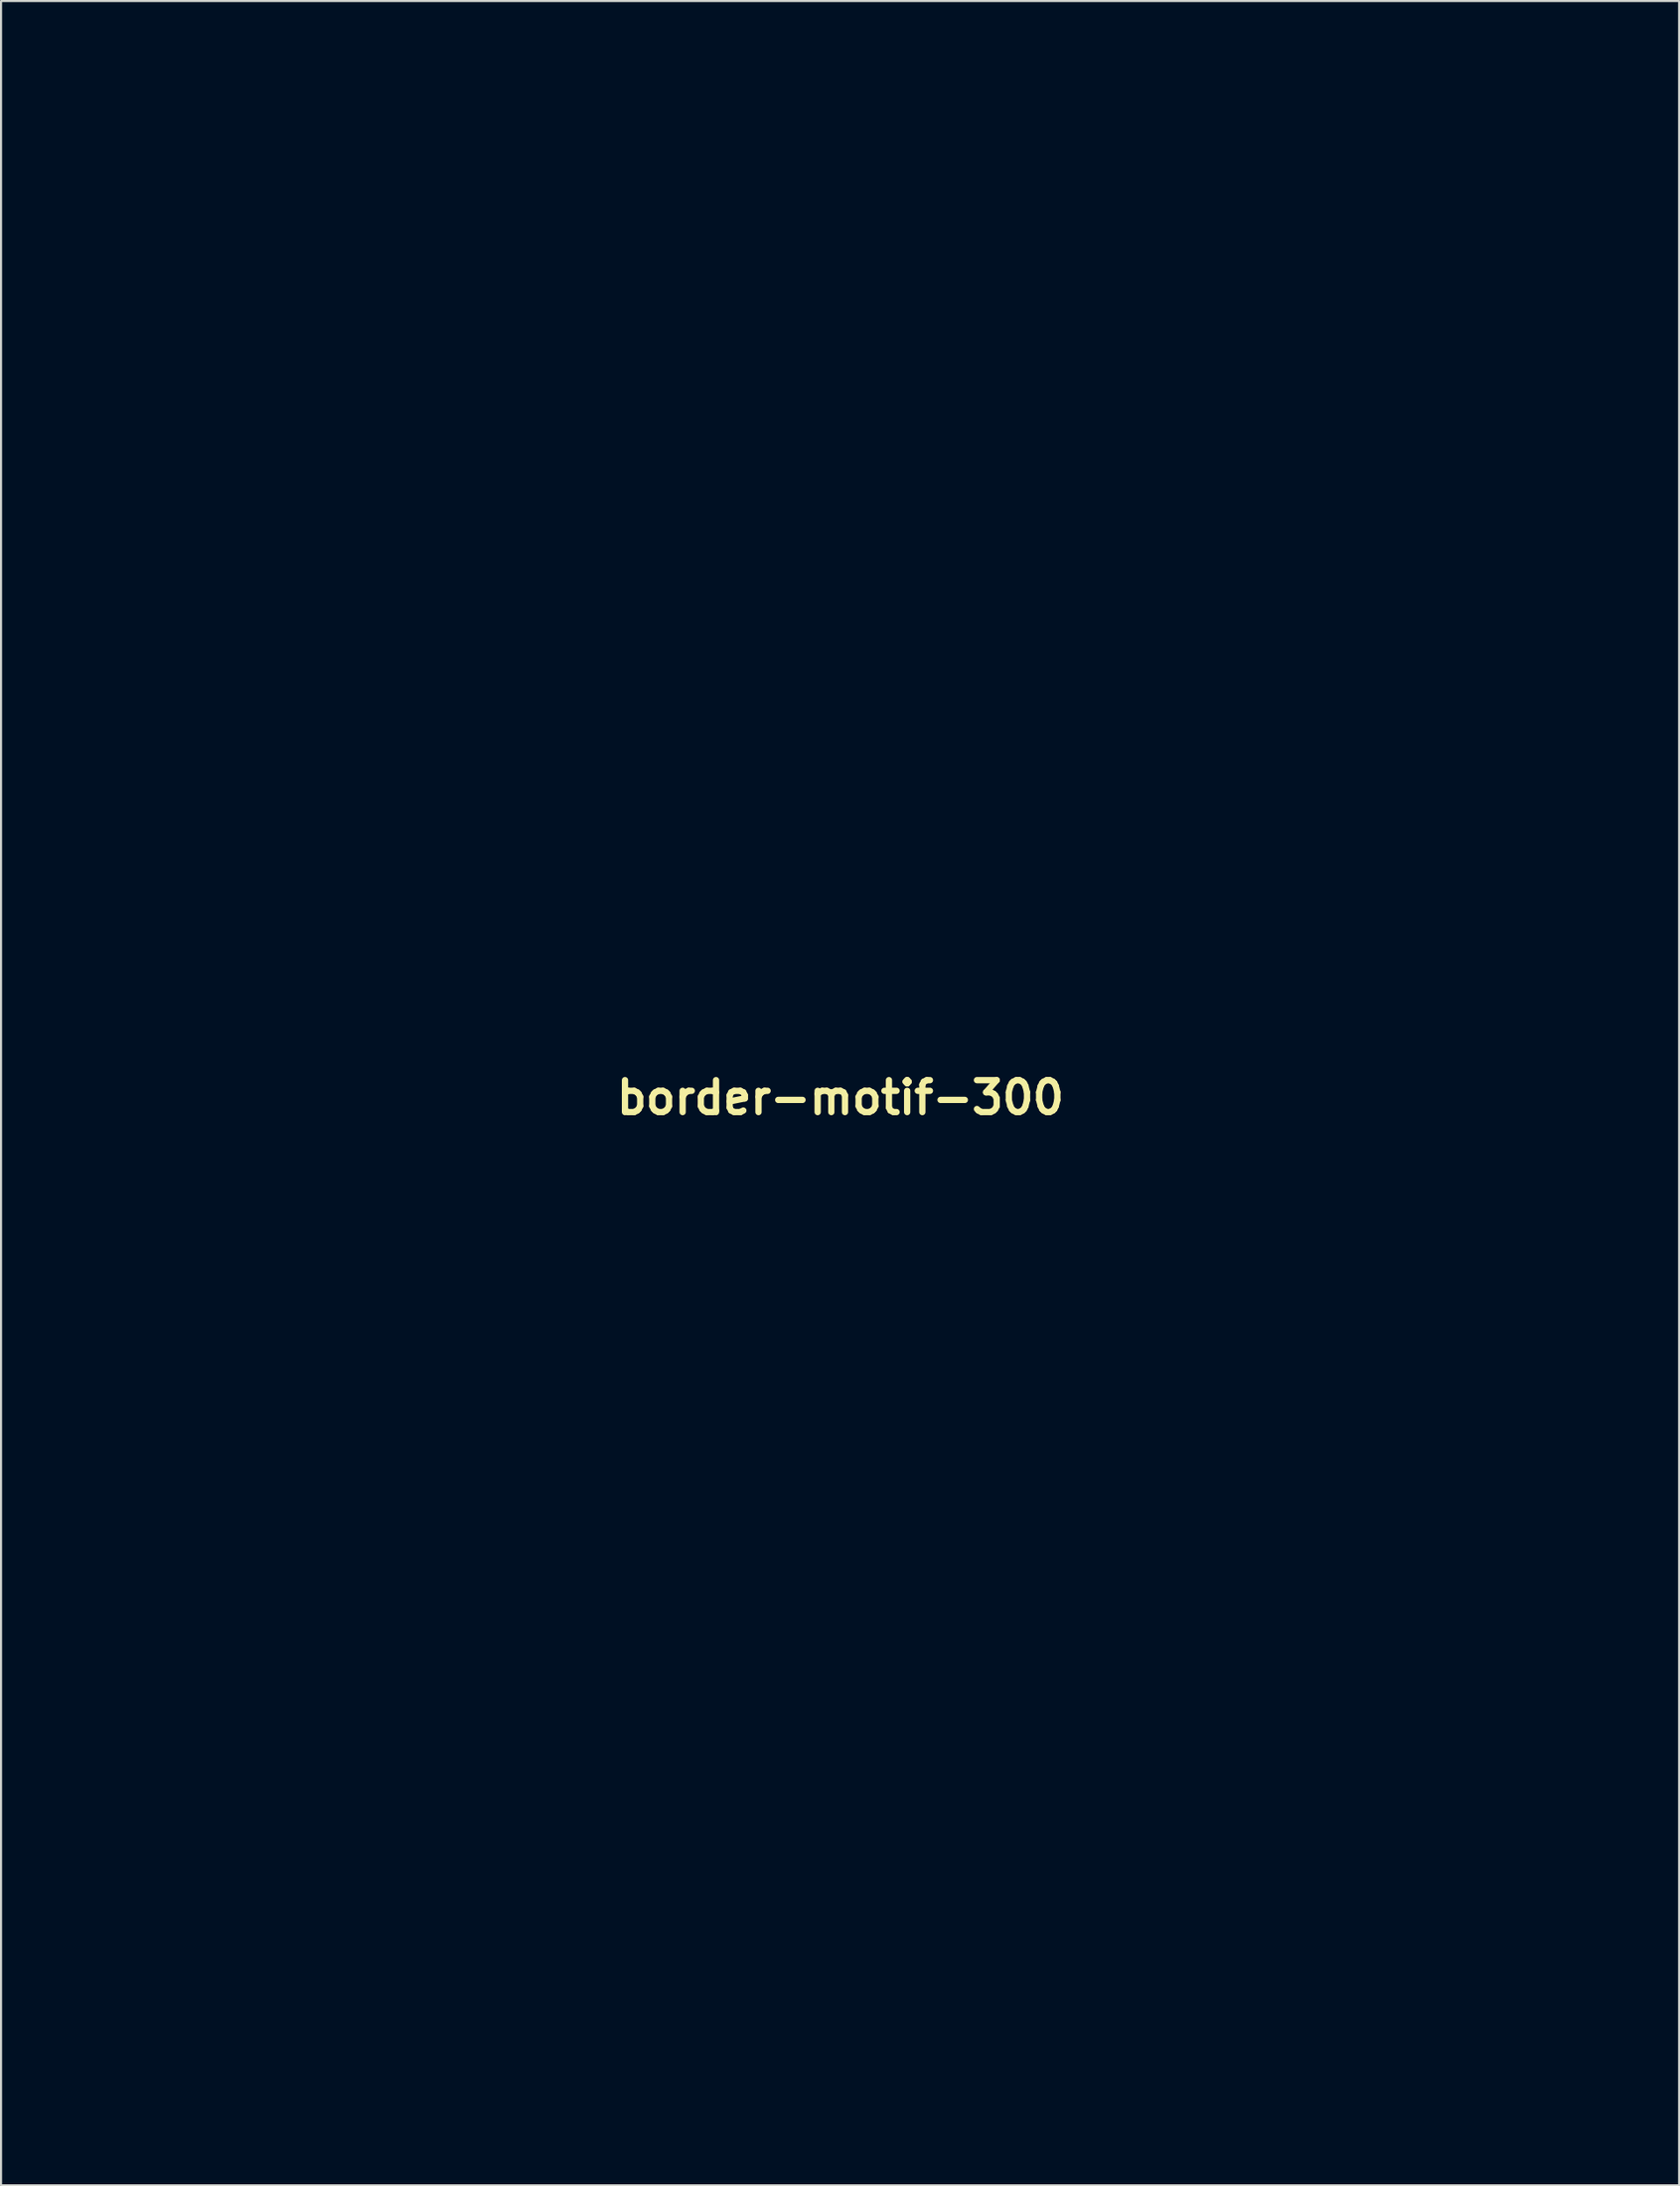
<source format=kicad_pcb>
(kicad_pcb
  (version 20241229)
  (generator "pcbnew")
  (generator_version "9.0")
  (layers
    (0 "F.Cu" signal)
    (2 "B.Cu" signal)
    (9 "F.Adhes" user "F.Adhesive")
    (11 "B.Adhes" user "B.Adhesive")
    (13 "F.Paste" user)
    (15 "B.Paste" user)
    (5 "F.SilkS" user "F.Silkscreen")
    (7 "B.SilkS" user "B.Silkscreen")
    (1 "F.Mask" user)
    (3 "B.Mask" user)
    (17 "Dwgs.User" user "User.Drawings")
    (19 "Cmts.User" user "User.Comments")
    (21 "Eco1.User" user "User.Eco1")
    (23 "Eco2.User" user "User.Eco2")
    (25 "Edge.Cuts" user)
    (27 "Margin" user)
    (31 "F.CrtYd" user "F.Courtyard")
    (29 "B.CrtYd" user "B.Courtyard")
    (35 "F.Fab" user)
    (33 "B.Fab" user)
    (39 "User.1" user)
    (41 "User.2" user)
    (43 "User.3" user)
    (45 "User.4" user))
  (footprint "border-motif-300"
    (layer "F.Cu")
    (at 37.153 49.436)
    (property "Reference" "border-motif-300" (at 0 0 0) (layer "F.SilkS") (effects (font (size 1.524 1.524) (thickness 0.3))))
    (attr through_hole)
    (fp_poly (pts (xy 7.06 -48.383) (xy 7.261 -48.224) (xy 7.578 -47.934) (xy 7.578 -47.216) (xy 7.573 -46.858) (xy 7.552 -46.618) (xy 7.502 -46.447) (xy 7.409 -46.293) (xy 7.317 -46.175) (xy 7.086 -45.939) (xy 6.792 -45.699) (xy 6.639 -45.596) (xy 6.43 -45.475) (xy 6.248 -45.399) (xy 6.042 -45.359) (xy 5.762 -45.344) (xy 5.419 -45.342) (xy 5.002 -45.352) (xy 4.664 -45.387) (xy 4.335 -45.459) (xy 3.945 -45.581) (xy 3.791 -45.634) (xy 3.319 -45.785) (xy 2.97 -45.855) (xy 2.718 -45.845) (xy 2.538 -45.753) (xy 2.423 -45.616) (xy 2.394 -45.42) (xy 2.494 -45.17) (xy 2.705 -44.89) (xy 3.004 -44.604) (xy 3.371 -44.334) (xy 3.713 -44.141) (xy 3.953 -44.032) (xy 4.179 -43.96) (xy 4.439 -43.915) (xy 4.783 -43.888) (xy 5.128 -43.874) (xy 5.594 -43.866) (xy 5.959 -43.88) (xy 6.293 -43.925) (xy 6.662 -44.008) (xy 6.884 -44.067) (xy 7.262 -44.175) (xy 7.601 -44.283) (xy 7.853 -44.374) (xy 7.937 -44.412) (xy 8.124 -44.498) (xy 8.243 -44.534) (xy 8.359 -44.572) (xy 8.589 -44.675) (xy 8.9 -44.825) (xy 9.257 -45.006) (xy 9.626 -45.201) (xy 9.821 -45.308) (xy 10.072 -45.457) (xy 10.419 -45.674) (xy 10.815 -45.93) (xy 11.218 -46.197) (xy 11.244 -46.215) (xy 11.798 -46.586) (xy 12.234 -46.868) (xy 12.573 -47.072) (xy 12.834 -47.208) (xy 13.036 -47.289) (xy 13.2 -47.323) (xy 13.265 -47.327) (xy 13.537 -47.252) (xy 13.752 -47.051) (xy 13.872 -46.767) (xy 13.885 -46.63) (xy 13.862 -46.407) (xy 13.798 -46.068) (xy 13.704 -45.646) (xy 13.587 -45.175) (xy 13.457 -44.689) (xy 13.323 -44.222) (xy 13.194 -43.807) (xy 13.08 -43.478) (xy 12.989 -43.269) (xy 12.965 -43.23) (xy 12.895 -43.085) (xy 12.834 -42.884) (xy 12.753 -42.63) (xy 12.614 -42.286) (xy 12.439 -41.898) (xy 12.252 -41.514) (xy 12.072 -41.179) (xy 11.924 -40.94) (xy 11.883 -40.887) (xy 11.789 -40.752) (xy 11.769 -40.693) (xy 11.715 -40.571) (xy 11.569 -40.35) (xy 11.352 -40.056) (xy 11.085 -39.716) (xy 10.79 -39.357) (xy 10.487 -39.004) (xy 10.199 -38.685) (xy 9.946 -38.425) (xy 9.899 -38.38) (xy 8.965 -37.607) (xy 7.876 -36.894) (xy 6.636 -36.243) (xy 6.138 -36.018) (xy 5.824 -35.894) (xy 5.429 -35.756) (xy 5.009 -35.622) (xy 4.622 -35.511) (xy 4.324 -35.438) (xy 4.276 -35.429) (xy 3.981 -35.371) (xy 3.64 -35.29) (xy 3.514 -35.257) (xy 3.25 -35.201) (xy 2.876 -35.143) (xy 2.418 -35.085) (xy 1.904 -35.031) (xy 1.362 -34.981) (xy 0.82 -34.938) (xy 0.305 -34.904) (xy -0.155 -34.882) (xy -0.533 -34.873) (xy -0.799 -34.88) (xy -0.928 -34.904) (xy -0.931 -34.907) (xy -1.027 -34.931) (xy -1.258 -34.964) (xy -1.59 -35.004) (xy -1.991 -35.045) (xy -2.032 -35.049) (xy -3.543 -35.27) (xy -5.003 -35.64) (xy -6.397 -36.153) (xy -7.708 -36.805) (xy -8.498 -37.293) (xy -8.924 -37.604) (xy -9.394 -37.99) (xy -9.873 -38.417) (xy -10.322 -38.85) (xy -10.704 -39.255) (xy -10.971 -39.582) (xy -11.122 -39.786) (xy -11.232 -39.929) (xy -11.26 -39.963) (xy -11.387 -40.123) (xy -11.567 -40.396) (xy -11.778 -40.745) (xy -11.999 -41.129) (xy -12.208 -41.511) (xy -12.382 -41.853) (xy -12.501 -42.116) (xy -12.526 -42.184) (xy -12.607 -42.397) (xy -12.682 -42.53) (xy -12.697 -42.543) (xy -12.756 -42.647) (xy -12.814 -42.849) (xy -12.824 -42.895) (xy -12.893 -43.156) (xy -12.985 -43.371) (xy -12.992 -43.383) (xy -13.07 -43.557) (xy -13.178 -43.871) (xy -13.31 -44.299) (xy -13.457 -44.815) (xy -13.611 -45.394) (xy -13.667 -45.613) (xy -13.781 -46.209) (xy -13.794 -46.684) (xy -13.711 -47.033) (xy -13.536 -47.251) (xy -13.273 -47.333) (xy -12.926 -47.273) (xy -12.5 -47.067) (xy -12.473 -47.05) (xy -12.156 -46.847) (xy -11.796 -46.607) (xy -11.554 -46.44) (xy -11.119 -46.148) (xy -10.622 -45.836) (xy -10.086 -45.519) (xy -9.536 -45.209) (xy -8.995 -44.918) (xy -8.489 -44.659) (xy -8.04 -44.446) (xy -7.674 -44.291) (xy -7.415 -44.207) (xy -7.332 -44.196) (xy -7.197 -44.171) (xy -6.955 -44.107) (xy -6.689 -44.027) (xy -6.309 -43.93) (xy -5.882 -43.876) (xy -5.351 -43.858) (xy -5.282 -43.857) (xy -4.586 -43.893) (xy -4.009 -44.01) (xy -3.51 -44.222) (xy -3.053 -44.544) (xy -2.773 -44.807) (xy -2.489 -45.117) (xy -2.336 -45.35) (xy -2.307 -45.529) (xy -2.394 -45.675) (xy -2.495 -45.753) (xy -2.67 -45.844) (xy -2.859 -45.878) (xy -3.097 -45.851) (xy -3.422 -45.761) (xy -3.811 -45.624) (xy -4.195 -45.492) (xy -4.52 -45.411) (xy -4.856 -45.369) (xy -5.274 -45.351) (xy -5.376 -45.35) (xy -5.77 -45.349) (xy -6.042 -45.361) (xy -6.238 -45.398) (xy -6.405 -45.466) (xy -6.591 -45.577) (xy -6.618 -45.594) (xy -7.096 -45.976) (xy -7.414 -46.412) (xy -7.578 -46.911) (xy -7.591 -47.481) (xy -7.573 -47.625) (xy -7.481 -47.949) (xy -7.286 -48.205) (xy -7.226 -48.26) (xy -6.914 -48.461) (xy -6.602 -48.501) (xy -6.271 -48.39) (xy -6.04 -48.211) (xy -5.935 -47.967) (xy -5.953 -47.638) (xy -6.07 -47.255) (xy -6.214 -46.879) (xy -5.925 -46.638) (xy -5.639 -46.457) (xy -5.329 -46.398) (xy -5.292 -46.397) (xy -5.029 -46.427) (xy -4.693 -46.503) (xy -4.342 -46.609) (xy -4.037 -46.726) (xy -3.836 -46.835) (xy -3.829 -46.841) (xy -3.698 -46.924) (xy -3.469 -47.051) (xy -3.236 -47.172) (xy -2.688 -47.365) (xy -2.161 -47.398) (xy -1.668 -47.28) (xy -1.225 -47.021) (xy -0.843 -46.629) (xy -0.536 -46.115) (xy -0.319 -45.487) (xy -0.25 -45.145) (xy -0.201 -44.369) (xy -0.285 -43.563) (xy -0.489 -42.765) (xy -0.802 -42.013) (xy -1.212 -41.346) (xy -1.557 -40.944) (xy -1.954 -40.569) (xy -2.302 -40.302) (xy -2.651 -40.11) (xy -3.048 -39.962) (xy -3.081 -39.952) (xy -3.789 -39.815) (xy -4.521 -39.829) (xy -5.286 -39.996) (xy -6.094 -40.319) (xy -6.763 -40.682) (xy -7.306 -41.056) (xy -7.912 -41.557) (xy -8.559 -42.168) (xy -9.226 -42.869) (xy -9.41 -43.076) (xy -9.724 -43.428) (xy -9.889 -43.603) (xy -8.721 -43.603) (xy -8.647 -43.375) (xy -8.442 -43.093) (xy -8.127 -42.778) (xy -7.722 -42.446) (xy -7.251 -42.116) (xy -6.735 -41.806) (xy -6.35 -41.607) (xy -5.626 -41.315) (xy -4.906 -41.13) (xy -4.22 -41.056) (xy -3.596 -41.096) (xy -3.08 -41.246) (xy -2.593 -41.499) (xy -2.243 -41.772) (xy -2.027 -42.046) (xy -1.882 -42.394) (xy -1.903 -42.714) (xy -2.038 -42.957) (xy -2.173 -43.094) (xy -2.336 -43.16) (xy -2.593 -43.179) (xy -2.652 -43.179) (xy -3.014 -43.151) (xy -3.394 -43.082) (xy -3.506 -43.052) (xy -4.093 -42.94) (xy -4.78 -42.918) (xy -5.525 -42.98) (xy -6.29 -43.121) (xy -7.033 -43.335) (xy -7.715 -43.616) (xy -7.768 -43.643) (xy -8.168 -43.824) (xy -8.449 -43.9) (xy -8.625 -43.868) (xy -8.709 -43.729) (xy -8.721 -43.603) (xy -9.889 -43.603) (xy -9.952 -43.67) (xy -10.117 -43.821) (xy -10.244 -43.901) (xy -10.355 -43.928) (xy -10.446 -43.925) (xy -10.615 -43.894) (xy -10.697 -43.808) (xy -10.73 -43.618) (xy -10.736 -43.546) (xy -10.716 -43.225) (xy -10.628 -42.797) (xy -10.485 -42.307) (xy -10.3 -41.797) (xy -10.085 -41.31) (xy -10.031 -41.202) (xy -9.654 -40.583) (xy -9.161 -39.94) (xy -8.589 -39.315) (xy -7.98 -38.749) (xy -7.371 -38.284) (xy -7.148 -38.143) (xy -6.911 -38.008) (xy -6.598 -37.84) (xy -6.245 -37.656) (xy -5.884 -37.473) (xy -5.551 -37.307) (xy -5.278 -37.177) (xy -5.099 -37.099) (xy -5.05 -37.084) (xy -4.931 -37.052) (xy -4.734 -36.973) (xy -4.712 -36.963) (xy -4.398 -36.844) (xy -3.934 -36.704) (xy -3.338 -36.547) (xy -2.627 -36.378) (xy -2.117 -36.265) (xy -1.565 -36.179) (xy -0.897 -36.126) (xy -0.159 -36.105) (xy 0.598 -36.116) (xy 1.326 -36.161) (xy 1.977 -36.238) (xy 2.159 -36.269) (xy 2.78 -36.401) (xy 3.44 -36.567) (xy 4.099 -36.756) (xy 4.714 -36.955) (xy 5.246 -37.152) (xy 5.653 -37.333) (xy 5.667 -37.34) (xy 5.806 -37.41) (xy 6.047 -37.53) (xy 6.338 -37.674) (xy 6.35 -37.68) (xy 6.643 -37.831) (xy 6.887 -37.969) (xy 7.032 -38.066) (xy 7.034 -38.068) (xy 7.17 -38.163) (xy 7.231 -38.185) (xy 7.34 -38.239) (xy 7.543 -38.388) (xy 7.812 -38.605) (xy 8.119 -38.868) (xy 8.437 -39.152) (xy 8.737 -39.432) (xy 8.992 -39.685) (xy 9.127 -39.831) (xy 9.668 -40.542) (xy 10.126 -41.331) (xy 10.481 -42.152) (xy 10.71 -42.962) (xy 10.756 -43.222) (xy 10.778 -43.587) (xy 10.714 -43.817) (xy 10.558 -43.927) (xy 10.432 -43.942) (xy 10.3 -43.915) (xy 10.148 -43.819) (xy 9.95 -43.634) (xy 9.682 -43.338) (xy 9.61 -43.255) (xy 8.743 -42.311) (xy 7.91 -41.526) (xy 7.102 -40.894) (xy 6.312 -40.411) (xy 5.533 -40.07) (xy 5.2 -39.966) (xy 4.394 -39.82) (xy 3.634 -39.837) (xy 2.925 -40.015) (xy 2.271 -40.352) (xy 1.676 -40.848) (xy 1.339 -41.233) (xy 0.909 -41.861) (xy 0.607 -42.489) (xy 1.885 -42.489) (xy 1.899 -42.384) (xy 2.038 -42.073) (xy 2.317 -41.76) (xy 2.709 -41.469) (xy 3.006 -41.307) (xy 3.603 -41.112) (xy 4.278 -41.055) (xy 5.01 -41.137) (xy 5.503 -41.264) (xy 6.517 -41.669) (xy 7.457 -42.226) (xy 8.312 -42.926) (xy 8.611 -43.251) (xy 8.762 -43.52) (xy 8.765 -43.725) (xy 8.62 -43.861) (xy 8.498 -43.896) (xy 8.351 -43.881) (xy 8.142 -43.807) (xy 7.833 -43.662) (xy 7.742 -43.617) (xy 6.986 -43.305) (xy 6.167 -43.081) (xy 5.328 -42.952) (xy 4.513 -42.923) (xy 3.766 -43) (xy 3.527 -43.053) (xy 3.183 -43.125) (xy 2.837 -43.171) (xy 2.67 -43.18) (xy 2.406 -43.157) (xy 2.222 -43.063) (xy 2.074 -42.911) (xy 1.923 -42.689) (xy 1.885 -42.489) (xy 0.607 -42.489) (xy 0.602 -42.501) (xy 0.407 -43.192) (xy 0.311 -43.971) (xy 0.296 -44.492) (xy 0.301 -44.955) (xy 0.319 -45.294) (xy 0.355 -45.556) (xy 0.418 -45.787) (xy 0.498 -45.997) (xy 0.76 -46.457) (xy 1.134 -46.875) (xy 1.569 -47.202) (xy 1.778 -47.307) (xy 2.215 -47.405) (xy 2.717 -47.363) (xy 3.257 -47.185) (xy 3.556 -47.033) (xy 4.19 -46.704) (xy 4.727 -46.496) (xy 5.18 -46.408) (xy 5.567 -46.436) (xy 5.896 -46.574) (xy 6.098 -46.744) (xy 6.176 -46.948) (xy 6.134 -47.224) (xy 6.054 -47.443) (xy 5.952 -47.736) (xy 5.949 -47.947) (xy 6.054 -48.136) (xy 6.174 -48.267) (xy 6.46 -48.47) (xy 6.752 -48.509) (xy 7.06 -48.383)) (stroke (width 0.01) (type solid)) (fill no) (layer "Eco1.User"))
    (fp_poly (pts (xy 0.804 24.937) (xy 1.684 25.007) (xy 2.606 25.131) (xy 3.538 25.299) (xy 4.451 25.505) (xy 5.312 25.742) (xy 6.091 26) (xy 6.757 26.274) (xy 7.197 26.504) (xy 7.349 26.589) (xy 7.577 26.71) (xy 7.662 26.754) (xy 7.915 26.887) (xy 8.137 27.014) (xy 8.396 27.175) (xy 8.594 27.302) (xy 8.821 27.463) (xy 9.129 27.7) (xy 9.479 27.98) (xy 9.829 28.271) (xy 10.141 28.539) (xy 10.373 28.751) (xy 10.437 28.814) (xy 10.63 29.028) (xy 10.868 29.304) (xy 11.125 29.611) (xy 11.373 29.915) (xy 11.587 30.185) (xy 11.738 30.387) (xy 11.798 30.48) (xy 11.876 30.621) (xy 12.01 30.842) (xy 12.103 30.988) (xy 12.223 31.188) (xy 12.382 31.477) (xy 12.564 31.821) (xy 12.751 32.186) (xy 12.926 32.537) (xy 13.072 32.841) (xy 13.172 33.064) (xy 13.208 33.17) (xy 13.236 33.276) (xy 13.309 33.485) (xy 13.372 33.653) (xy 13.463 33.902) (xy 13.561 34.201) (xy 13.674 34.576) (xy 13.81 35.053) (xy 13.977 35.658) (xy 14.047 35.918) (xy 14.135 36.305) (xy 14.199 36.701) (xy 14.224 37.022) (xy 14.224 37.032) (xy 14.212 37.316) (xy 14.161 37.496) (xy 14.045 37.64) (xy 13.97 37.706) (xy 13.768 37.845) (xy 13.594 37.873) (xy 13.484 37.849) (xy 13.024 37.66) (xy 12.491 37.347) (xy 12.179 37.132) (xy 11.906 36.937) (xy 11.663 36.765) (xy 11.513 36.661) (xy 11.289 36.504) (xy 11.145 36.4) (xy 10.976 36.289) (xy 10.719 36.133) (xy 10.409 35.953) (xy 10.084 35.769) (xy 9.778 35.602) (xy 9.529 35.472) (xy 9.372 35.399) (xy 9.341 35.391) (xy 9.217 35.337) (xy 9.168 35.296) (xy 9.043 35.215) (xy 8.813 35.1) (xy 8.579 34.997) (xy 7.504 34.607) (xy 6.509 34.353) (xy 5.597 34.236) (xy 4.771 34.256) (xy 4.036 34.413) (xy 3.393 34.706) (xy 2.848 35.136) (xy 2.719 35.273) (xy 2.474 35.58) (xy 2.356 35.813) (xy 2.357 36) (xy 2.471 36.168) (xy 2.472 36.169) (xy 2.614 36.276) (xy 2.791 36.312) (xy 3.053 36.295) (xy 3.396 36.227) (xy 3.745 36.117) (xy 3.826 36.083) (xy 4.354 35.904) (xy 4.933 35.801) (xy 5.523 35.773) (xy 6.083 35.821) (xy 6.571 35.943) (xy 6.943 36.135) (xy 7.192 36.335) (xy 7.369 36.522) (xy 7.519 36.755) (xy 7.666 37.042) (xy 7.827 37.465) (xy 7.856 37.838) (xy 7.75 38.216) (xy 7.641 38.435) (xy 7.371 38.809) (xy 7.069 39.02) (xy 6.738 39.067) (xy 6.499 39.004) (xy 6.27 38.855) (xy 6.146 38.63) (xy 6.121 38.305) (xy 6.183 37.879) (xy 6.234 37.596) (xy 6.236 37.416) (xy 6.184 37.278) (xy 6.117 37.179) (xy 6.006 37.057) (xy 5.869 36.986) (xy 5.654 36.949) (xy 5.382 36.932) (xy 4.873 36.956) (xy 4.397 37.087) (xy 3.895 37.341) (xy 3.434 37.604) (xy 3.07 37.779) (xy 2.765 37.879) (xy 2.479 37.917) (xy 2.245 37.913) (xy 1.708 37.794) (xy 1.224 37.526) (xy 0.809 37.125) (xy 0.479 36.606) (xy 0.249 35.984) (xy 0.218 35.856) (xy 0.127 35.565) (xy 0.026 35.441) (xy -0.082 35.486) (xy -0.194 35.699) (xy -0.259 35.899) (xy -0.459 36.488) (xy -0.696 36.946) (xy -0.995 37.309) (xy -1.383 37.613) (xy -1.517 37.696) (xy -1.897 37.856) (xy -2.323 37.93) (xy -2.733 37.913) (xy -3.048 37.811) (xy -3.213 37.723) (xy -3.486 37.583) (xy -3.822 37.413) (xy -4.043 37.302) (xy -4.435 37.114) (xy -4.731 36.996) (xy -4.983 36.932) (xy -5.241 36.906) (xy -5.344 36.903) (xy -5.651 36.909) (xy -5.85 36.949) (xy -6 37.039) (xy -6.078 37.112) (xy -6.19 37.233) (xy -6.246 37.343) (xy -6.254 37.494) (xy -6.221 37.736) (xy -6.19 37.911) (xy -6.138 38.354) (xy -6.172 38.671) (xy -6.298 38.885) (xy -6.525 39.02) (xy -6.544 39.027) (xy -6.787 39.099) (xy -6.964 39.095) (xy -7.161 39.007) (xy -7.26 38.948) (xy -7.439 38.813) (xy -7.533 38.692) (xy -7.537 38.673) (xy -7.587 38.535) (xy -7.705 38.354) (xy -7.844 38.047) (xy -7.866 37.667) (xy -7.782 37.251) (xy -7.603 36.836) (xy -7.339 36.46) (xy -7.077 36.214) (xy -6.621 35.948) (xy -6.094 35.8) (xy -5.474 35.767) (xy -4.919 35.818) (xy -4.543 35.883) (xy -4.195 35.966) (xy -3.937 36.05) (xy -3.893 36.07) (xy -3.52 36.216) (xy -3.151 36.288) (xy -2.821 36.287) (xy -2.56 36.217) (xy -2.402 36.08) (xy -2.371 35.956) (xy -2.426 35.759) (xy -2.569 35.496) (xy -2.765 35.22) (xy -2.982 34.985) (xy -3.014 34.956) (xy -3.371 34.718) (xy -3.841 34.506) (xy -4.367 34.343) (xy -4.673 34.28) (xy -5.052 34.23) (xy -5.397 34.217) (xy -5.781 34.24) (xy -6.155 34.285) (xy -6.556 34.347) (xy -6.933 34.418) (xy -7.228 34.488) (xy -7.324 34.518) (xy -7.621 34.62) (xy -7.911 34.714) (xy -7.948 34.725) (xy -8.224 34.825) (xy -8.515 34.952) (xy -8.541 34.965) (xy -8.793 35.09) (xy -9.11 35.248) (xy -9.313 35.349) (xy -9.636 35.514) (xy -9.958 35.688) (xy -10.118 35.779) (xy -10.395 35.94) (xy -10.665 36.095) (xy -10.723 36.129) (xy -11.026 36.313) (xy -11.406 36.562) (xy -11.806 36.838) (xy -12.169 37.1) (xy -12.319 37.215) (xy -12.712 37.476) (xy -13.184 37.721) (xy -13.582 37.881) (xy -13.764 37.866) (xy -13.984 37.706) (xy -14.122 37.552) (xy -14.194 37.389) (xy -14.221 37.155) (xy -14.224 36.97) (xy -14.201 36.598) (xy -14.141 36.212) (xy -14.098 36.033) (xy -13.998 35.684) (xy -13.892 35.296) (xy -13.85 35.137) (xy -13.682 34.515) (xy -13.542 34.039) (xy -13.477 33.845) (xy -11.08 33.845) (xy -11.072 34.087) (xy -11.002 34.236) (xy -10.943 34.283) (xy -10.797 34.348) (xy -10.658 34.346) (xy -10.501 34.261) (xy -10.3 34.079) (xy -10.192 33.962) (xy -9.059 33.962) (xy -9.006 34.065) (xy -8.926 34.157) (xy -8.726 34.246) (xy -8.435 34.2) (xy -8.048 34.019) (xy -7.243 33.655) (xy -6.333 33.417) (xy -5.326 33.308) (xy -4.23 33.327) (xy -3.165 33.457) (xy -2.665 33.503) (xy -2.296 33.452) (xy -2.049 33.3) (xy -1.935 33.113) (xy -1.876 32.785) (xy -1.966 32.469) (xy -2.21 32.148) (xy -2.395 31.977) (xy -2.964 31.596) (xy -3.589 31.371) (xy -4.275 31.3) (xy -5.026 31.385) (xy -5.292 31.447) (xy -5.96 31.665) (xy -6.648 31.967) (xy -7.297 32.323) (xy -7.85 32.702) (xy -7.955 32.788) (xy -8.097 32.906) (xy -8.302 33.072) (xy -8.37 33.127) (xy -8.58 33.318) (xy -8.787 33.544) (xy -8.956 33.76) (xy -9.051 33.923) (xy -9.059 33.962) (xy -10.192 33.962) (xy -10.028 33.784) (xy -9.93 33.672) (xy -9.116 32.776) (xy -8.354 32.025) (xy -7.63 31.409) (xy -6.929 30.915) (xy -6.237 30.535) (xy -5.54 30.256) (xy -5.176 30.149) (xy -4.63 30.028) (xy -4.176 29.983) (xy -3.757 30.013) (xy -3.312 30.118) (xy -3.234 30.141) (xy -2.593 30.392) (xy -2.061 30.717) (xy -1.581 31.154) (xy -1.538 31.201) (xy -1.189 31.62) (xy -0.9 32.062) (xy -0.651 32.562) (xy -0.428 33.155) (xy -0.211 33.876) (xy -0.174 34.015) (xy -0.1 34.233) (xy -0.025 34.361) (xy 0 34.375) (xy 0.066 34.301) (xy 0.141 34.114) (xy 0.17 34.015) (xy 0.321 33.48) (xy 0.498 32.95) (xy 0.558 32.794) (xy 1.863 32.794) (xy 1.92 33.106) (xy 2.081 33.33) (xy 2.242 33.465) (xy 2.41 33.517) (xy 2.659 33.507) (xy 2.694 33.503) (xy 2.948 33.474) (xy 3.313 33.432) (xy 3.733 33.383) (xy 4.006 33.352) (xy 5.111 33.292) (xy 6.139 33.382) (xy 7.094 33.622) (xy 7.902 33.969) (xy 8.229 34.122) (xy 8.519 34.225) (xy 8.722 34.26) (xy 8.756 34.257) (xy 8.859 34.178) (xy 8.945 34.069) (xy 8.997 33.959) (xy 8.977 33.845) (xy 8.866 33.684) (xy 8.741 33.536) (xy 8.105 32.918) (xy 7.344 32.368) (xy 6.492 31.905) (xy 5.587 31.547) (xy 4.663 31.314) (xy 4.472 31.283) (xy 4.175 31.266) (xy 3.842 31.31) (xy 3.427 31.417) (xy 3.04 31.548) (xy 2.747 31.696) (xy 2.475 31.902) (xy 2.321 32.043) (xy 2.078 32.284) (xy 1.939 32.463) (xy 1.876 32.625) (xy 1.863 32.794) (xy 0.558 32.794) (xy 0.679 32.48) (xy 0.821 32.173) (xy 1.067 31.786) (xy 1.399 31.367) (xy 1.769 30.972) (xy 2.129 30.656) (xy 2.228 30.584) (xy 2.593 30.386) (xy 3.048 30.206) (xy 3.529 30.066) (xy 3.969 29.985) (xy 4.162 29.974) (xy 4.486 30.005) (xy 4.904 30.084) (xy 5.354 30.196) (xy 5.773 30.326) (xy 6.096 30.456) (xy 6.752 30.831) (xy 7.463 31.338) (xy 8.209 31.956) (xy 8.967 32.667) (xy 9.714 33.452) (xy 10.023 33.803) (xy 10.317 34.123) (xy 10.542 34.306) (xy 10.719 34.359) (xy 10.867 34.291) (xy 10.975 34.159) (xy 11.04 34.045) (xy 11.068 33.927) (xy 11.058 33.764) (xy 11.009 33.514) (xy 10.934 33.206) (xy 10.825 32.802) (xy 10.7 32.394) (xy 10.582 32.059) (xy 10.56 32.004) (xy 10.15 31.194) (xy 9.609 30.394) (xy 8.969 29.645) (xy 8.263 28.984) (xy 7.525 28.449) (xy 7.448 28.402) (xy 7.25 28.269) (xy 7.165 28.203) (xy 6.999 28.094) (xy 6.719 27.938) (xy 6.363 27.755) (xy 5.973 27.565) (xy 5.588 27.387) (xy 5.248 27.243) (xy 5.207 27.227) (xy 3.751 26.729) (xy 2.335 26.389) (xy 0.945 26.207) (xy -0.433 26.18) (xy -1.693 26.289) (xy -2.368 26.4) (xy -3.082 26.551) (xy -3.787 26.729) (xy -4.431 26.921) (xy -4.965 27.114) (xy -5.038 27.144) (xy -5.526 27.355) (xy -5.883 27.51) (xy -6.13 27.621) (xy -6.293 27.697) (xy -6.394 27.75) (xy -6.435 27.774) (xy -6.607 27.875) (xy -6.773 27.961) (xy -6.899 28.026) (xy -7.048 28.113) (xy -7.253 28.242) (xy -7.549 28.433) (xy -7.737 28.555) (xy -8.055 28.789) (xy -8.431 29.106) (xy -8.815 29.46) (xy -9.155 29.804) (xy -9.265 29.925) (xy -9.944 30.816) (xy -10.466 31.749) (xy -10.841 32.744) (xy -10.911 32.997) (xy -11.027 33.489) (xy -11.08 33.845) (xy -13.477 33.845) (xy -13.425 33.691) (xy -13.334 33.473) (xy -13.249 33.276) (xy -13.209 33.15) (xy -13.208 33.142) (xy -13.175 33.035) (xy -13.089 32.825) (xy -12.974 32.565) (xy -12.853 32.303) (xy -12.747 32.09) (xy -12.698 32.004) (xy -12.609 31.841) (xy -12.501 31.617) (xy -12.494 31.601) (xy -12.287 31.214) (xy -11.985 30.744) (xy -11.614 30.225) (xy -11.2 29.693) (xy -10.771 29.182) (xy -10.352 28.727) (xy -10.168 28.544) (xy -9.434 27.908) (xy -8.594 27.3) (xy -7.801 26.813) (xy -7.491 26.642) (xy -7.238 26.508) (xy -7.076 26.429) (xy -7.038 26.416) (xy -6.934 26.38) (xy -6.745 26.289) (xy -6.687 26.259) (xy -6.435 26.137) (xy -6.205 26.047) (xy -6.181 26.04) (xy -5.977 25.975) (xy -5.698 25.878) (xy -5.546 25.822) (xy -4.607 25.525) (xy -3.55 25.28) (xy -2.417 25.094) (xy -1.254 24.973) (xy -0.105 24.922) (xy 0.804 24.937)) (stroke (width 0.01) (type solid)) (fill no) (layer "Eco1.User"))
    (fp_poly (pts (xy -24.056 -49.418) (xy -23.269 -49.373) (xy -22.617 -49.295) (xy -22.091 -49.183) (xy -21.684 -49.037) (xy -21.388 -48.856) (xy -21.329 -48.804) (xy -21.134 -48.504) (xy -21.078 -48.12) (xy -21.162 -47.66) (xy -21.384 -47.132) (xy -21.698 -46.609) (xy -21.93 -46.267) (xy -22.095 -46.026) (xy -22.223 -45.848) (xy -22.34 -45.692) (xy -22.475 -45.519) (xy -22.483 -45.508) (xy -22.793 -45.057) (xy -23.109 -44.495) (xy -23.401 -43.878) (xy -23.633 -43.286) (xy -23.823 -42.549) (xy -23.879 -41.841) (xy -23.808 -41.179) (xy -23.617 -40.581) (xy -23.314 -40.063) (xy -22.905 -39.644) (xy -22.397 -39.34) (xy -21.946 -39.196) (xy -21.351 -39.153) (xy -20.759 -39.275) (xy -20.177 -39.56) (xy -19.614 -40.003) (xy -19.075 -40.6) (xy -19.029 -40.66) (xy -18.889 -40.857) (xy -18.806 -40.999) (xy -18.796 -41.03) (xy -18.747 -41.138) (xy -18.68 -41.226) (xy -18.564 -41.432) (xy -18.446 -41.758) (xy -18.339 -42.154) (xy -18.256 -42.572) (xy -18.209 -42.963) (xy -18.203 -43.128) (xy -18.271 -43.758) (xy -18.467 -44.31) (xy -18.782 -44.763) (xy -19.158 -45.069) (xy -19.442 -45.164) (xy -19.706 -45.106) (xy -19.937 -44.911) (xy -20.124 -44.596) (xy -20.254 -44.178) (xy -20.314 -43.672) (xy -20.317 -43.519) (xy -20.306 -43.152) (xy -20.278 -42.804) (xy -20.239 -42.551) (xy -20.218 -42.185) (xy -20.314 -41.858) (xy -20.511 -41.618) (xy -20.614 -41.557) (xy -20.763 -41.51) (xy -20.905 -41.534) (xy -21.098 -41.646) (xy -21.19 -41.709) (xy -21.516 -42.006) (xy -21.726 -42.369) (xy -21.822 -42.816) (xy -21.811 -43.365) (xy -21.724 -43.905) (xy -21.501 -44.709) (xy -21.191 -45.374) (xy -20.789 -45.908) (xy -20.288 -46.319) (xy -20.065 -46.448) (xy -19.577 -46.619) (xy -19.092 -46.634) (xy -18.632 -46.507) (xy -18.217 -46.25) (xy -17.868 -45.877) (xy -17.605 -45.4) (xy -17.448 -44.833) (xy -17.441 -44.789) (xy -17.387 -44.464) (xy -17.325 -44.189) (xy -17.27 -44.022) (xy -17.268 -44.02) (xy -17.119 -43.896) (xy -16.898 -43.859) (xy -16.684 -43.911) (xy -16.598 -43.98) (xy -16.435 -44.089) (xy -16.158 -44.197) (xy -15.818 -44.288) (xy -15.47 -44.348) (xy -15.227 -44.363) (xy -14.752 -44.286) (xy -14.295 -44.079) (xy -13.957 -43.805) (xy -13.806 -43.598) (xy -13.637 -43.3) (xy -13.503 -43.012) (xy -13.391 -42.726) (xy -13.327 -42.487) (xy -13.301 -42.235) (xy -13.306 -41.907) (xy -13.316 -41.7) (xy -13.382 -41.107) (xy -13.521 -40.629) (xy -13.748 -40.222) (xy -13.962 -39.962) (xy -14.264 -39.705) (xy -14.611 -39.511) (xy -14.96 -39.395) (xy -15.27 -39.373) (xy -15.464 -39.435) (xy -15.558 -39.543) (xy -15.686 -39.745) (xy -15.746 -39.855) (xy -15.879 -40.272) (xy -15.853 -40.682) (xy -15.67 -41.056) (xy -15.566 -41.178) (xy -15.469 -41.216) (xy -15.314 -41.178) (xy -15.164 -41.119) (xy -14.829 -41.009) (xy -14.58 -41) (xy -14.361 -41.102) (xy -14.166 -41.274) (xy -13.988 -41.47) (xy -13.915 -41.623) (xy -13.922 -41.795) (xy -13.931 -41.842) (xy -14.091 -42.245) (xy -14.367 -42.635) (xy -14.716 -42.948) (xy -14.737 -42.962) (xy -15.162 -43.145) (xy -15.635 -43.184) (xy -16.12 -43.079) (xy -16.367 -42.964) (xy -16.7 -42.729) (xy -17.078 -42.384) (xy -17.466 -41.964) (xy -17.829 -41.508) (xy -18.004 -41.254) (xy -18.473 -40.572) (xy -18.968 -39.912) (xy -19.471 -39.298) (xy -19.96 -38.752) (xy -20.415 -38.298) (xy -20.816 -37.959) (xy -20.955 -37.862) (xy -21.38 -37.598) (xy -21.72 -37.417) (xy -22.023 -37.302) (xy -22.341 -37.235) (xy -22.722 -37.198) (xy -22.834 -37.191) (xy -23.223 -37.175) (xy -23.497 -37.183) (xy -23.709 -37.22) (xy -23.912 -37.295) (xy -24.019 -37.346) (xy -24.541 -37.688) (xy -25.004 -38.171) (xy -25.398 -38.772) (xy -25.712 -39.471) (xy -25.934 -40.245) (xy -26.056 -41.072) (xy -26.076 -41.551) (xy -26.063 -41.834) (xy -26.027 -42.202) (xy -25.974 -42.612) (xy -25.911 -43.019) (xy -25.846 -43.379) (xy -25.783 -43.646) (xy -25.744 -43.758) (xy -25.674 -43.901) (xy -25.556 -44.147) (xy -25.413 -44.448) (xy -25.392 -44.492) (xy -25.201 -44.848) (xy -24.951 -45.239) (xy -24.674 -45.625) (xy -24.398 -45.968) (xy -24.153 -46.228) (xy -24.021 -46.336) (xy -23.84 -46.476) (xy -23.608 -46.685) (xy -23.357 -46.931) (xy -23.118 -47.18) (xy -22.921 -47.402) (xy -22.8 -47.563) (xy -22.775 -47.619) (xy -22.825 -47.763) (xy -22.937 -47.933) (xy -22.996 -48) (xy -23.063 -48.05) (xy -23.163 -48.085) (xy -23.318 -48.109) (xy -23.553 -48.123) (xy -23.89 -48.13) (xy -24.353 -48.132) (xy -24.864 -48.132) (xy -25.481 -48.13) (xy -25.963 -48.122) (xy -26.34 -48.106) (xy -26.647 -48.08) (xy -26.915 -48.041) (xy -27.179 -47.987) (xy -27.39 -47.935) (xy -28.248 -47.664) (xy -28.958 -47.329) (xy -29.53 -46.921) (xy -29.975 -46.433) (xy -30.304 -45.856) (xy -30.349 -45.748) (xy -30.504 -45.19) (xy -30.572 -44.547) (xy -30.551 -43.88) (xy -30.44 -43.25) (xy -30.395 -43.095) (xy -30.307 -42.8) (xy -30.245 -42.556) (xy -30.223 -42.428) (xy -30.186 -42.27) (xy -30.096 -42.038) (xy -30.057 -41.952) (xy -29.956 -41.728) (xy -29.897 -41.566) (xy -29.89 -41.533) (xy -29.851 -41.424) (xy -29.747 -41.194) (xy -29.592 -40.872) (xy -29.402 -40.486) (xy -29.189 -40.066) (xy -28.97 -39.639) (xy -28.759 -39.235) (xy -28.57 -38.881) (xy -28.418 -38.607) (xy -28.317 -38.441) (xy -28.301 -38.419) (xy -28.214 -38.285) (xy -28.071 -38.037) (xy -27.893 -37.715) (xy -27.699 -37.355) (xy -27.512 -36.995) (xy -27.369 -36.711) (xy -27.084 -36.015) (xy -26.877 -35.269) (xy -26.753 -34.511) (xy -26.716 -33.778) (xy -26.77 -33.108) (xy -26.911 -32.563) (xy -27.223 -31.919) (xy -27.616 -31.413) (xy -28.083 -31.053) (xy -28.617 -30.844) (xy -28.752 -30.817) (xy -29.061 -30.751) (xy -29.283 -30.649) (xy -29.455 -30.478) (xy -29.612 -30.205) (xy -29.754 -29.882) (xy -30.11 -29.226) (xy -30.58 -28.685) (xy -31.147 -28.27) (xy -31.795 -27.993) (xy -32.506 -27.866) (xy -32.696 -27.858) (xy -32.907 -27.84) (xy -33.01 -27.759) (xy -33.065 -27.58) (xy -33.169 -27.311) (xy -33.379 -27.04) (xy -33.714 -26.748) (xy -34.14 -26.448) (xy -34.573 -26.12) (xy -34.895 -25.785) (xy -35.087 -25.464) (xy -35.136 -25.232) (xy -35.089 -25.015) (xy -34.975 -24.778) (xy -34.967 -24.765) (xy -34.845 -24.545) (xy -34.816 -24.358) (xy -34.888 -24.155) (xy -35.07 -23.89) (xy -35.121 -23.824) (xy -35.338 -23.524) (xy -35.541 -23.205) (xy -35.636 -23.035) (xy -35.772 -22.685) (xy -35.894 -22.221) (xy -35.991 -21.698) (xy -36.051 -21.17) (xy -36.068 -20.786) (xy -36.038 -20.202) (xy -35.957 -19.581) (xy -35.833 -18.955) (xy -35.674 -18.356) (xy -35.491 -17.817) (xy -35.292 -17.371) (xy -35.085 -17.05) (xy -35.015 -16.976) (xy -34.859 -16.808) (xy -34.643 -16.549) (xy -34.407 -16.249) (xy -34.188 -15.954) (xy -34.023 -15.714) (xy -34.018 -15.705) (xy -33.872 -15.425) (xy -33.73 -15.078) (xy -33.663 -14.873) (xy -33.594 -14.614) (xy -33.563 -14.404) (xy -33.572 -14.183) (xy -33.618 -13.889) (xy -33.657 -13.688) (xy -33.745 -13.279) (xy -33.848 -12.856) (xy -33.943 -12.506) (xy -33.949 -12.488) (xy -34.112 -11.934) (xy -34.275 -11.348) (xy -34.43 -10.764) (xy -34.567 -10.219) (xy -34.676 -9.748) (xy -34.75 -9.388) (xy -34.769 -9.271) (xy -34.796 -9.088) (xy -34.844 -8.782) (xy -34.905 -8.396) (xy -34.969 -8.001) (xy -35.05 -7.489) (xy -35.123 -6.987) (xy -35.19 -6.478) (xy -35.252 -5.942) (xy -35.312 -5.36) (xy -35.371 -4.715) (xy -35.431 -3.987) (xy -35.494 -3.158) (xy -35.561 -2.209) (xy -35.634 -1.121) (xy -35.685 -0.339) (xy -35.717 0.255) (xy -35.745 0.968) (xy -35.768 1.778) (xy -35.786 2.659) (xy -35.8 3.587) (xy -35.809 4.538) (xy -35.813 5.487) (xy -35.812 6.41) (xy -35.806 7.283) (xy -35.795 8.081) (xy -35.778 8.78) (xy -35.756 9.355) (xy -35.732 9.737) (xy -35.695 10.201) (xy -35.652 10.767) (xy -35.608 11.365) (xy -35.568 11.927) (xy -35.564 11.98) (xy -35.443 13.337) (xy -35.277 14.592) (xy -35.07 15.73) (xy -34.824 16.735) (xy -34.543 17.591) (xy -34.535 17.611) (xy -34.419 17.922) (xy -34.333 18.178) (xy -34.291 18.334) (xy -34.289 18.352) (xy -34.324 18.482) (xy -34.415 18.707) (xy -34.502 18.897) (xy -34.647 19.232) (xy -34.7 19.481) (xy -34.664 19.701) (xy -34.538 19.949) (xy -34.524 19.971) (xy -34.312 20.266) (xy -34.054 20.52) (xy -33.707 20.769) (xy -33.401 20.953) (xy -32.926 21.253) (xy -32.592 21.533) (xy -32.376 21.816) (xy -32.26 22.109) (xy -32.179 22.419) (xy -32.113 22.596) (xy -32.034 22.674) (xy -31.912 22.682) (xy -31.745 22.657) (xy -31.377 22.653) (xy -30.917 22.729) (xy -30.417 22.873) (xy -29.928 23.075) (xy -29.904 23.087) (xy -29.681 23.223) (xy -29.41 23.425) (xy -29.122 23.665) (xy -28.85 23.914) (xy -28.627 24.142) (xy -28.483 24.321) (xy -28.448 24.404) (xy -28.4 24.521) (xy -28.284 24.693) (xy -28.279 24.7) (xy -28.16 24.886) (xy -28.109 25.035) (xy -28.109 25.036) (xy -28.076 25.175) (xy -27.989 25.408) (xy -27.901 25.613) (xy -27.77 25.874) (xy -27.655 26.02) (xy -27.509 26.093) (xy -27.372 26.123) (xy -26.831 26.229) (xy -26.416 26.351) (xy -26.081 26.509) (xy -25.782 26.723) (xy -25.568 26.919) (xy -25.112 27.443) (xy -24.786 28.012) (xy -24.566 28.672) (xy -24.51 28.935) (xy -24.4 29.946) (xy -24.455 30.986) (xy -24.674 32.054) (xy -25.058 33.154) (xy -25.606 34.287) (xy -25.979 34.925) (xy -26.149 35.209) (xy -26.303 35.476) (xy -26.371 35.602) (xy -26.471 35.792) (xy -26.628 36.077) (xy -26.812 36.408) (xy -26.883 36.534) (xy -27.478 37.636) (xy -27.968 38.654) (xy -28.367 39.621) (xy -28.69 40.573) (xy -28.923 41.429) (xy -29.09 42.388) (xy -29.106 43.274) (xy -28.973 44.086) (xy -28.692 44.819) (xy -28.264 45.47) (xy -27.69 46.038) (xy -26.972 46.519) (xy -26.839 46.589) (xy -26.172 46.873) (xy -25.369 47.109) (xy -24.461 47.292) (xy -23.476 47.418) (xy -22.443 47.481) (xy -21.656 47.484) (xy -21.127 47.471) (xy -20.737 47.454) (xy -20.456 47.43) (xy -20.256 47.395) (xy -20.105 47.345) (xy -19.981 47.282) (xy -19.749 47.089) (xy -19.665 46.863) (xy -19.732 46.597) (xy -19.952 46.286) (xy -20.327 45.922) (xy -20.466 45.805) (xy -21.223 45.14) (xy -21.841 44.492) (xy -22.345 43.829) (xy -22.76 43.117) (xy -23.11 42.326) (xy -23.149 42.221) (xy -23.281 41.805) (xy -23.404 41.297) (xy -23.513 40.743) (xy -23.599 40.186) (xy -23.656 39.672) (xy -23.676 39.245) (xy -23.665 39.031) (xy -23.594 38.496) (xy -23.51 37.982) (xy -23.422 37.525) (xy -23.335 37.16) (xy -23.257 36.923) (xy -23.248 36.902) (xy -23.139 36.638) (xy -23.073 36.413) (xy -22.994 36.199) (xy -22.897 36.063) (xy -22.792 35.922) (xy -22.775 35.85) (xy -22.718 35.71) (xy -22.564 35.491) (xy -22.345 35.225) (xy -22.089 34.947) (xy -21.828 34.691) (xy -21.591 34.491) (xy -21.54 34.454) (xy -20.938 34.139) (xy -20.281 33.981) (xy -19.577 33.978) (xy -18.833 34.13) (xy -18.057 34.436) (xy -17.357 34.832) (xy -17.108 35.019) (xy -16.781 35.307) (xy -16.405 35.664) (xy -16.01 36.061) (xy -15.626 36.466) (xy -15.282 36.851) (xy -15.008 37.185) (xy -14.921 37.302) (xy -14.711 37.604) (xy -14.45 37.983) (xy -14.184 38.373) (xy -14.083 38.523) (xy -13.508 39.335) (xy -12.977 39.996) (xy -12.479 40.516) (xy -12.005 40.904) (xy -11.545 41.17) (xy -11.309 41.263) (xy -10.957 41.365) (xy -10.679 41.393) (xy -10.398 41.349) (xy -10.144 41.271) (xy -9.736 41.071) (xy -9.389 40.786) (xy -9.117 40.444) (xy -8.93 40.073) (xy -8.841 39.699) (xy -8.863 39.352) (xy -9.008 39.058) (xy -9.122 38.946) (xy -9.434 38.762) (xy -9.751 38.722) (xy -10.118 38.815) (xy -10.399 38.898) (xy -10.657 38.934) (xy -10.729 38.931) (xy -10.875 38.894) (xy -10.969 38.793) (xy -11.042 38.586) (xy -11.07 38.481) (xy -11.144 37.936) (xy -11.084 37.458) (xy -10.894 37.067) (xy -10.78 36.937) (xy -10.534 36.747) (xy -10.281 36.671) (xy -9.981 36.707) (xy -9.593 36.853) (xy -9.556 36.869) (xy -9.048 37.193) (xy -8.612 37.658) (xy -8.266 38.246) (xy -8.236 38.312) (xy -8.134 38.567) (xy -8.068 38.805) (xy -8.03 39.074) (xy -8.012 39.426) (xy -8.008 39.751) (xy -8.01 40.193) (xy -8.028 40.517) (xy -8.069 40.774) (xy -8.142 41.013) (xy -8.211 41.19) (xy -8.545 41.826) (xy -8.963 42.314) (xy -9.387 42.615) (xy -9.655 42.743) (xy -9.913 42.812) (xy -10.234 42.839) (xy -10.425 42.841) (xy -10.803 42.823) (xy -11.113 42.776) (xy -11.274 42.723) (xy -11.516 42.613) (xy -11.789 42.51) (xy -11.795 42.508) (xy -12.004 42.412) (xy -12.131 42.303) (xy -12.14 42.287) (xy -12.249 42.204) (xy -12.448 42.167) (xy -12.661 42.176) (xy -12.814 42.236) (xy -12.834 42.26) (xy -12.87 42.386) (xy -12.913 42.631) (xy -12.954 42.947) (xy -12.959 43) (xy -13.093 43.695) (xy -13.337 44.316) (xy -13.675 44.828) (xy -13.727 44.887) (xy -14.043 45.151) (xy -14.45 45.383) (xy -14.885 45.552) (xy -15.283 45.63) (xy -15.356 45.632) (xy -15.774 45.565) (xy -16.241 45.389) (xy -16.704 45.127) (xy -17.008 44.896) (xy -17.36 44.514) (xy -17.678 44.023) (xy -17.954 43.453) (xy -18.18 42.837) (xy -18.347 42.204) (xy -18.447 41.585) (xy -18.472 41.013) (xy -18.414 40.517) (xy -18.275 40.149) (xy -18.004 39.792) (xy -17.679 39.537) (xy -17.332 39.396) (xy -16.995 39.382) (xy -16.699 39.507) (xy -16.678 39.523) (xy -16.468 39.694) (xy -16.468 41.331) (xy -16.467 41.897) (xy -16.463 42.32) (xy -16.453 42.627) (xy -16.433 42.845) (xy -16.402 43) (xy -16.356 43.118) (xy -16.292 43.227) (xy -16.256 43.281) (xy -15.978 43.593) (xy -15.678 43.739) (xy -15.353 43.718) (xy -14.998 43.531) (xy -14.819 43.384) (xy -14.476 42.99) (xy -14.228 42.501) (xy -14.061 41.889) (xy -14.049 41.825) (xy -14.008 41.241) (xy -14.07 40.583) (xy -14.226 39.902) (xy -14.463 39.25) (xy -14.662 38.857) (xy -15.042 38.288) (xy -15.498 37.75) (xy -15.995 37.277) (xy -16.495 36.908) (xy -16.772 36.755) (xy -17.079 36.62) (xy -17.338 36.541) (xy -17.618 36.503) (xy -17.988 36.492) (xy -18.065 36.491) (xy -18.46 36.5) (xy -18.745 36.531) (xy -18.978 36.598) (xy -19.203 36.702) (xy -19.614 36.977) (xy -20.022 37.354) (xy -20.367 37.773) (xy -20.469 37.931) (xy -20.653 38.339) (xy -20.798 38.851) (xy -20.889 39.403) (xy -20.913 39.821) (xy -20.843 40.58) (xy -20.643 41.403) (xy -20.322 42.262) (xy -19.891 43.129) (xy -19.362 43.977) (xy -19.175 44.238) (xy -18.678 44.922) (xy -18.284 45.499) (xy -17.983 45.986) (xy -17.764 46.403) (xy -17.619 46.768) (xy -17.537 47.101) (xy -17.509 47.421) (xy -17.509 47.422) (xy -17.515 47.724) (xy -17.557 47.923) (xy -17.655 48.083) (xy -17.747 48.185) (xy -17.954 48.373) (xy -18.195 48.527) (xy -18.489 48.651) (xy -18.856 48.75) (xy -19.318 48.829) (xy -19.894 48.893) (xy -20.605 48.946) (xy -21.168 48.978) (xy -21.574 48.996) (xy -21.915 49.005) (xy -22.157 49.005) (xy -22.267 48.995) (xy -22.269 48.994) (xy -22.359 48.985) (xy -22.603 48.974) (xy -22.986 48.96) (xy -23.494 48.944) (xy -24.111 48.927) (xy -24.823 48.908) (xy -25.614 48.889) (xy -26.469 48.87) (xy -27.263 48.853) (xy -28.313 48.831) (xy -29.208 48.811) (xy -29.963 48.793) (xy -30.592 48.776) (xy -31.108 48.758) (xy -31.528 48.74) (xy -31.864 48.721) (xy -32.131 48.7) (xy -32.344 48.676) (xy -32.517 48.649) (xy -32.665 48.617) (xy -32.801 48.581) (xy -32.808 48.579) (xy -33.121 48.478) (xy -33.38 48.376) (xy -33.531 48.294) (xy -33.535 48.291) (xy -33.681 48.196) (xy -33.751 48.175) (xy -33.888 48.12) (xy -34.114 47.974) (xy -34.394 47.762) (xy -34.695 47.512) (xy -34.983 47.25) (xy -35.227 47.003) (xy -35.274 46.95) (xy -35.819 46.197) (xy -36.249 45.339) (xy -36.56 44.401) (xy -36.745 43.409) (xy -36.781 42.729) (xy -34.093 42.729) (xy -34.068 43.264) (xy -34.009 43.718) (xy -33.923 44.029) (xy -33.528 44.849) (xy -33.068 45.531) (xy -32.518 46.101) (xy -31.854 46.586) (xy -31.242 46.921) (xy -30.885 47.068) (xy -30.554 47.129) (xy -30.271 47.133) (xy -29.981 47.116) (xy -29.808 47.074) (xy -29.702 46.987) (xy -29.637 46.887) (xy -29.561 46.719) (xy -29.57 46.578) (xy -29.669 46.382) (xy -29.67 46.379) (xy -29.825 46.139) (xy -30.024 45.863) (xy -30.101 45.762) (xy -30.625 44.969) (xy -31.003 44.096) (xy -31.232 43.155) (xy -31.31 42.158) (xy -31.261 41.338) (xy -31.193 40.877) (xy -31.095 40.42) (xy -30.958 39.949) (xy -30.776 39.451) (xy -30.541 38.908) (xy -30.247 38.304) (xy -29.885 37.624) (xy -29.448 36.852) (xy -28.93 35.973) (xy -28.347 35.01) (xy -27.8 34.058) (xy -27.383 33.197) (xy -27.089 32.412) (xy -26.915 31.688) (xy -26.856 31.012) (xy -26.908 30.367) (xy -26.915 30.327) (xy -26.996 29.963) (xy -27.097 29.715) (xy -27.242 29.527) (xy -27.265 29.504) (xy -27.436 29.359) (xy -27.549 29.327) (xy -27.645 29.381) (xy -27.814 29.604) (xy -27.957 29.951) (xy -28.058 30.38) (xy -28.069 30.456) (xy -28.228 31.168) (xy -28.516 31.955) (xy -28.923 32.796) (xy -29.44 33.668) (xy -29.619 33.94) (xy -29.838 34.263) (xy -30.033 34.554) (xy -30.177 34.77) (xy -30.226 34.844) (xy -30.356 35.034) (xy -30.559 35.311) (xy -30.844 35.687) (xy -31.221 36.176) (xy -31.454 36.476) (xy -31.709 36.808) (xy -31.957 37.135) (xy -32.157 37.405) (xy -32.216 37.487) (xy -32.422 37.776) (xy -32.637 38.073) (xy -32.702 38.163) (xy -32.904 38.48) (xy -33.137 38.91) (xy -33.378 39.406) (xy -33.605 39.919) (xy -33.795 40.403) (xy -33.876 40.64) (xy -33.977 41.068) (xy -34.048 41.587) (xy -34.087 42.156) (xy -34.093 42.729) (xy -36.781 42.729) (xy -36.799 42.388) (xy -36.717 41.363) (xy -36.631 40.894) (xy -36.512 40.389) (xy -36.374 39.867) (xy -36.229 39.37) (xy -36.09 38.941) (xy -35.97 38.624) (xy -35.944 38.566) (xy -35.844 38.351) (xy -35.709 38.054) (xy -35.596 37.804) (xy -35.219 37.042) (xy -34.748 36.224) (xy -34.22 35.404) (xy -33.668 34.637) (xy -33.213 34.074) (xy -32.829 33.623) (xy -32.438 33.151) (xy -32.059 32.683) (xy -31.711 32.242) (xy -31.413 31.855) (xy -31.185 31.544) (xy -31.046 31.335) (xy -31.038 31.32) (xy -30.67 30.64) (xy -30.402 30.093) (xy -30.234 29.674) (xy -30.165 29.379) (xy -30.196 29.203) (xy -30.325 29.144) (xy -30.554 29.195) (xy -30.881 29.354) (xy -30.97 29.404) (xy -31.809 29.841) (xy -32.647 30.172) (xy -33.448 30.386) (xy -33.906 30.453) (xy -34.256 30.468) (xy -34.584 30.433) (xy -34.966 30.34) (xy -35.097 30.301) (xy -35.473 30.172) (xy -35.753 30.032) (xy -36.009 29.839) (xy -36.232 29.63) (xy -36.678 29.078) (xy -36.979 28.437) (xy -37.136 27.71) (xy -37.148 26.899) (xy -37.146 26.883) (xy -35.289 26.883) (xy -35.282 26.967) (xy -35.158 27.512) (xy -34.904 27.965) (xy -34.507 28.343) (xy -34.122 28.58) (xy -33.619 28.747) (xy -33.034 28.77) (xy -32.374 28.649) (xy -32.258 28.615) (xy -31.89 28.489) (xy -31.512 28.338) (xy -31.284 28.233) (xy -30.732 27.921) (xy -30.331 27.613) (xy -30.063 27.287) (xy -29.913 26.922) (xy -29.863 26.498) (xy -29.863 26.473) (xy -29.923 26.022) (xy -30.088 25.564) (xy -30.334 25.129) (xy -30.64 24.748) (xy -30.98 24.45) (xy -31.333 24.264) (xy -31.606 24.218) (xy -31.926 24.3) (xy -32.215 24.516) (xy -32.444 24.828) (xy -32.581 25.202) (xy -32.607 25.418) (xy -32.64 25.842) (xy -32.719 26.133) (xy -32.855 26.325) (xy -32.949 26.394) (xy -33.122 26.481) (xy -33.256 26.466) (xy -33.396 26.385) (xy -33.568 26.22) (xy -33.742 25.973) (xy -33.802 25.861) (xy -33.911 25.61) (xy -33.942 25.415) (xy -33.906 25.186) (xy -33.881 25.091) (xy -33.828 24.854) (xy -33.811 24.693) (xy -33.819 24.658) (xy -33.94 24.646) (xy -34.14 24.737) (xy -34.385 24.906) (xy -34.637 25.131) (xy -34.754 25.256) (xy -35.088 25.746) (xy -35.264 26.282) (xy -35.289 26.883) (xy -37.146 26.883) (xy -37.015 26.003) (xy -36.963 25.783) (xy -36.857 25.377) (xy -36.749 25) (xy -36.655 24.703) (xy -36.606 24.569) (xy -36.361 24.025) (xy -36.063 23.424) (xy -35.745 22.825) (xy -35.435 22.285) (xy -35.242 21.977) (xy -35.05 21.676) (xy -34.9 21.424) (xy -34.812 21.256) (xy -34.798 21.213) (xy -34.86 21.11) (xy -35.013 20.959) (xy -35.202 20.805) (xy -35.375 20.691) (xy -35.466 20.659) (xy -35.609 20.592) (xy -35.802 20.419) (xy -36.009 20.178) (xy -36.195 19.908) (xy -36.249 19.812) (xy -36.448 19.431) (xy -36.504 7.281) (xy -36.511 5.741) (xy -36.52 4.171) (xy -36.53 2.588) (xy -36.541 1.008) (xy -36.552 -0.552) (xy -36.564 -2.076) (xy -36.577 -3.548) (xy -36.589 -4.951) (xy -36.602 -6.269) (xy -36.615 -7.486) (xy -36.628 -8.586) (xy -36.641 -9.552) (xy -36.653 -10.367) (xy -36.656 -10.499) (xy -36.679 -11.965) (xy -36.695 -13.268) (xy -36.705 -14.414) (xy -36.708 -15.409) (xy -36.704 -16.259) (xy -36.694 -16.971) (xy -36.677 -17.549) (xy -36.667 -17.78) (xy -36.644 -18.292) (xy -36.62 -18.936) (xy -36.596 -19.673) (xy -36.573 -20.464) (xy -36.553 -21.273) (xy -36.536 -22.06) (xy -36.533 -22.267) (xy -36.52 -22.955) (xy -36.505 -23.598) (xy -36.491 -24.174) (xy -36.477 -24.661) (xy -36.463 -25.037) (xy -36.451 -25.281) (xy -36.445 -25.358) (xy -36.325 -25.646) (xy -36.061 -25.954) (xy -35.671 -26.258) (xy -35.653 -26.27) (xy -35.422 -26.434) (xy -35.297 -26.578) (xy -35.277 -26.741) (xy -35.357 -26.96) (xy -35.537 -27.272) (xy -35.588 -27.355) (xy -35.813 -27.732) (xy -36.042 -28.142) (xy -36.229 -28.501) (xy -36.244 -28.533) (xy -36.396 -28.848) (xy -36.537 -29.137) (xy -36.631 -29.33) (xy -36.736 -29.598) (xy -36.854 -29.99) (xy -36.974 -30.466) (xy -37.085 -30.983) (xy -37.094 -31.03) (xy -37.102 -31.157) (xy -35.633 -31.157) (xy -35.542 -30.646) (xy -35.296 -30.138) (xy -35.274 -30.105) (xy -35.079 -29.869) (xy -34.856 -29.669) (xy -34.645 -29.535) (xy -34.487 -29.497) (xy -34.457 -29.508) (xy -34.418 -29.612) (xy -34.398 -29.832) (xy -34.398 -30.058) (xy -34.4 -30.355) (xy -34.365 -30.547) (xy -34.276 -30.695) (xy -34.184 -30.794) (xy -34.025 -30.94) (xy -33.913 -30.978) (xy -33.777 -30.921) (xy -33.718 -30.886) (xy -33.59 -30.79) (xy -33.511 -30.662) (xy -33.462 -30.454) (xy -33.428 -30.168) (xy -33.387 -29.847) (xy -33.33 -29.639) (xy -33.232 -29.489) (xy -33.092 -29.358) (xy -32.802 -29.178) (xy -32.518 -29.147) (xy -32.204 -29.265) (xy -32.053 -29.361) (xy -31.815 -29.571) (xy -31.573 -29.851) (xy -31.46 -30.014) (xy -31.311 -30.285) (xy -31.232 -30.526) (xy -31.202 -30.818) (xy -31.2 -31.004) (xy -31.206 -31.318) (xy -31.24 -31.523) (xy -31.321 -31.679) (xy -31.469 -31.849) (xy -31.488 -31.869) (xy -31.901 -32.199) (xy -32.467 -32.5) (xy -33.17 -32.763) (xy -33.179 -32.766) (xy -33.598 -32.882) (xy -33.92 -32.925) (xy -34.203 -32.895) (xy -34.504 -32.793) (xy -34.565 -32.767) (xy -35.034 -32.478) (xy -35.372 -32.097) (xy -35.574 -31.649) (xy -35.633 -31.157) (xy -37.102 -31.157) (xy -37.139 -31.689) (xy -37.037 -32.351) (xy -36.801 -32.973) (xy -36.473 -33.474) (xy -36.066 -33.833) (xy -35.562 -34.071) (xy -34.981 -34.188) (xy -34.343 -34.186) (xy -33.669 -34.065) (xy -32.979 -33.825) (xy -32.293 -33.466) (xy -32.155 -33.377) (xy -31.896 -33.254) (xy -31.657 -33.218) (xy -31.482 -33.269) (xy -31.411 -33.404) (xy -31.411 -33.409) (xy -31.451 -33.569) (xy -31.559 -33.835) (xy -31.714 -34.168) (xy -31.897 -34.529) (xy -32.09 -34.879) (xy -32.273 -35.179) (xy -32.33 -35.264) (xy -32.733 -35.81) (xy -33.239 -36.439) (xy -33.804 -37.102) (xy -34.032 -37.368) (xy -34.231 -37.612) (xy -34.36 -37.783) (xy -34.366 -37.792) (xy -34.477 -37.958) (xy -34.65 -38.216) (xy -34.85 -38.514) (xy -34.892 -38.577) (xy -35.155 -38.996) (xy -35.439 -39.491) (xy -35.717 -40.014) (xy -35.963 -40.514) (xy -36.151 -40.94) (xy -36.199 -41.063) (xy -36.432 -41.745) (xy -36.596 -42.33) (xy -36.702 -42.874) (xy -36.761 -43.431) (xy -36.782 -44.054) (xy -36.782 -44.111) (xy -36.781 -44.45) (xy -34.677 -44.45) (xy -34.672 -43.624) (xy -34.51 -42.755) (xy -34.191 -41.838) (xy -33.844 -41.106) (xy -33.726 -40.891) (xy -33.598 -40.681) (xy -33.437 -40.442) (xy -33.22 -40.143) (xy -32.925 -39.751) (xy -32.851 -39.653) (xy -32.612 -39.338) (xy -32.378 -39.027) (xy -32.124 -38.686) (xy -31.824 -38.282) (xy -31.455 -37.782) (xy -31.36 -37.654) (xy -30.67 -36.599) (xy -30.133 -35.519) (xy -29.757 -34.428) (xy -29.71 -34.248) (xy -29.591 -33.79) (xy -29.488 -33.486) (xy -29.388 -33.322) (xy -29.278 -33.284) (xy -29.148 -33.359) (xy -29.019 -33.491) (xy -28.877 -33.678) (xy -28.787 -33.879) (xy -28.737 -34.138) (xy -28.714 -34.503) (xy -28.71 -34.692) (xy -28.761 -35.301) (xy -28.931 -35.965) (xy -29.226 -36.7) (xy -29.651 -37.518) (xy -29.767 -37.719) (xy -30.007 -38.128) (xy -30.177 -38.417) (xy -30.293 -38.613) (xy -30.37 -38.741) (xy -30.424 -38.828) (xy -30.439 -38.852) (xy -30.519 -38.986) (xy -30.658 -39.223) (xy -30.83 -39.519) (xy -30.891 -39.624) (xy -31.067 -39.929) (xy -31.216 -40.187) (xy -31.313 -40.356) (xy -31.331 -40.386) (xy -31.782 -41.296) (xy -32.099 -42.217) (xy -32.279 -43.131) (xy -32.322 -44.021) (xy -32.228 -44.869) (xy -31.995 -45.658) (xy -31.622 -46.37) (xy -31.6 -46.402) (xy -31.303 -46.846) (xy -31.094 -47.172) (xy -30.968 -47.405) (xy -30.916 -47.568) (xy -30.934 -47.682) (xy -31.013 -47.771) (xy -31.146 -47.859) (xy -31.159 -47.866) (xy -31.321 -47.95) (xy -31.466 -47.975) (xy -31.66 -47.943) (xy -31.865 -47.886) (xy -32.508 -47.627) (xy -33.118 -47.246) (xy -33.655 -46.774) (xy -34.08 -46.244) (xy -34.221 -46.002) (xy -34.527 -45.241) (xy -34.677 -44.45) (xy -36.781 -44.45) (xy -36.78 -44.611) (xy -36.766 -44.987) (xy -36.735 -45.287) (xy -36.68 -45.557) (xy -36.597 -45.843) (xy -36.583 -45.888) (xy -36.241 -46.745) (xy -35.805 -47.471) (xy -35.26 -48.081) (xy -34.592 -48.594) (xy -33.994 -48.929) (xy -33.853 -48.994) (xy -33.713 -49.045) (xy -33.55 -49.084) (xy -33.339 -49.115) (xy -33.057 -49.138) (xy -32.679 -49.159) (xy -32.182 -49.177) (xy -31.541 -49.197) (xy -31.496 -49.199) (xy -30.757 -49.223) (xy -29.913 -49.254) (xy -29.029 -49.288) (xy -28.171 -49.324) (xy -27.403 -49.359) (xy -27.305 -49.364) (xy -26.066 -49.413) (xy -24.985 -49.431) (xy -24.056 -49.418)) (stroke (width 0.01) (type solid)) (fill no) (layer "Eco1.User"))
    (fp_poly (pts (xy 26.239 -49.4) (xy 27.136 -49.364) (xy 27.896 -49.33) (xy 28.752 -49.295) (xy 29.643 -49.261) (xy 30.506 -49.23) (xy 31.278 -49.204) (xy 31.454 -49.199) (xy 32.107 -49.179) (xy 32.615 -49.161) (xy 33.002 -49.143) (xy 33.291 -49.12) (xy 33.506 -49.092) (xy 33.671 -49.055) (xy 33.811 -49.006) (xy 33.948 -48.942) (xy 34.032 -48.9) (xy 34.753 -48.469) (xy 35.348 -47.971) (xy 35.835 -47.382) (xy 36.235 -46.68) (xy 36.564 -45.84) (xy 36.59 -45.762) (xy 36.738 -45.077) (xy 36.786 -44.288) (xy 36.735 -43.426) (xy 36.589 -42.521) (xy 36.35 -41.605) (xy 36.195 -41.148) (xy 36.08 -40.864) (xy 35.917 -40.499) (xy 35.729 -40.098) (xy 35.538 -39.708) (xy 35.365 -39.374) (xy 35.233 -39.142) (xy 35.216 -39.116) (xy 35.095 -38.931) (xy 34.923 -38.667) (xy 34.776 -38.439) (xy 34.394 -37.89) (xy 33.893 -37.249) (xy 33.286 -36.531) (xy 33.173 -36.402) (xy 32.37 -35.363) (xy 31.703 -34.227) (xy 31.638 -34.094) (xy 31.48 -33.754) (xy 31.398 -33.529) (xy 31.382 -33.389) (xy 31.416 -33.31) (xy 31.605 -33.199) (xy 31.845 -33.241) (xy 32.014 -33.344) (xy 32.438 -33.605) (xy 32.972 -33.841) (xy 33.558 -34.033) (xy 34.137 -34.16) (xy 34.629 -34.204) (xy 35.285 -34.132) (xy 35.854 -33.921) (xy 36.326 -33.582) (xy 36.69 -33.128) (xy 36.938 -32.57) (xy 37.058 -31.92) (xy 37.058 -31.374) (xy 36.991 -30.799) (xy 36.881 -30.22) (xy 36.741 -29.702) (xy 36.653 -29.458) (xy 36.485 -29.084) (xy 36.263 -28.635) (xy 36.014 -28.163) (xy 35.765 -27.716) (xy 35.543 -27.344) (xy 35.432 -27.176) (xy 35.114 -26.724) (xy 35.443 -26.449) (xy 35.901 -26.041) (xy 36.217 -25.704) (xy 36.396 -25.428) (xy 36.443 -25.279) (xy 36.457 -25.11) (xy 36.472 -24.788) (xy 36.487 -24.33) (xy 36.502 -23.753) (xy 36.518 -23.075) (xy 36.533 -22.311) (xy 36.548 -21.479) (xy 36.562 -20.595) (xy 36.575 -19.676) (xy 36.587 -18.74) (xy 36.598 -17.802) (xy 36.606 -16.881) (xy 36.613 -15.991) (xy 36.617 -15.152) (xy 36.618 -14.378) (xy 36.618 -14.351) (xy 36.618 -13.89) (xy 36.616 -13.271) (xy 36.612 -12.505) (xy 36.608 -11.603) (xy 36.602 -10.578) (xy 36.596 -9.439) (xy 36.588 -8.199) (xy 36.58 -6.868) (xy 36.571 -5.457) (xy 36.561 -3.979) (xy 36.55 -2.444) (xy 36.539 -0.864) (xy 36.527 0.75) (xy 36.515 2.387) (xy 36.502 4.036) (xy 36.5 4.271) (xy 36.485 6.153) (xy 36.472 7.873) (xy 36.459 9.439) (xy 36.447 10.858) (xy 36.436 12.137) (xy 36.426 13.284) (xy 36.416 14.307) (xy 36.406 15.213) (xy 36.396 16.009) (xy 36.386 16.702) (xy 36.377 17.302) (xy 36.367 17.813) (xy 36.356 18.246) (xy 36.346 18.605) (xy 36.334 18.9) (xy 36.322 19.138) (xy 36.309 19.326) (xy 36.295 19.471) (xy 36.28 19.581) (xy 36.263 19.664) (xy 36.245 19.727) (xy 36.226 19.777) (xy 36.225 19.778) (xy 36.068 20.052) (xy 35.831 20.32) (xy 35.488 20.609) (xy 35.145 20.855) (xy 34.944 21.017) (xy 34.818 21.164) (xy 34.798 21.221) (xy 34.842 21.355) (xy 34.956 21.578) (xy 35.107 21.83) (xy 35.441 22.356) (xy 35.764 22.883) (xy 35.877 23.072) (xy 36.177 23.643) (xy 36.47 24.332) (xy 36.735 25.087) (xy 36.89 25.612) (xy 37.068 26.495) (xy 37.114 27.316) (xy 37.033 28.063) (xy 36.831 28.727) (xy 36.515 29.296) (xy 36.089 29.761) (xy 35.561 30.112) (xy 34.936 30.338) (xy 34.219 30.429) (xy 34.078 30.431) (xy 33.564 30.399) (xy 33.051 30.305) (xy 32.511 30.14) (xy 31.915 29.893) (xy 31.235 29.556) (xy 30.72 29.276) (xy 30.495 29.178) (xy 30.312 29.146) (xy 30.275 29.153) (xy 30.168 29.275) (xy 30.15 29.494) (xy 30.221 29.761) (xy 30.301 29.92) (xy 30.427 30.155) (xy 30.515 30.364) (xy 30.518 30.373) (xy 30.594 30.555) (xy 30.722 30.809) (xy 30.803 30.953) (xy 30.942 31.189) (xy 31.065 31.389) (xy 31.209 31.61) (xy 31.407 31.906) (xy 31.45 31.97) (xy 31.599 32.177) (xy 31.8 32.439) (xy 32.018 32.713) (xy 32.218 32.953) (xy 32.363 33.117) (xy 32.394 33.147) (xy 32.508 33.268) (xy 32.7 33.491) (xy 32.944 33.784) (xy 33.213 34.115) (xy 33.483 34.452) (xy 33.728 34.764) (xy 33.92 35.017) (xy 34.019 35.154) (xy 34.658 36.163) (xy 35.238 37.195) (xy 35.731 38.199) (xy 35.961 38.735) (xy 36.365 39.915) (xy 36.625 41.087) (xy 36.74 42.235) (xy 36.71 43.345) (xy 36.533 44.401) (xy 36.214 45.381) (xy 35.826 46.132) (xy 35.318 46.837) (xy 34.72 47.463) (xy 34.062 47.977) (xy 33.528 48.28) (xy 33.32 48.376) (xy 33.126 48.458) (xy 32.93 48.528) (xy 32.718 48.588) (xy 32.475 48.637) (xy 32.187 48.678) (xy 31.839 48.712) (xy 31.416 48.74) (xy 30.903 48.764) (xy 30.286 48.785) (xy 29.551 48.804) (xy 28.681 48.823) (xy 27.663 48.843) (xy 27.178 48.852) (xy 26.273 48.869) (xy 25.41 48.886) (xy 24.605 48.903) (xy 23.874 48.919) (xy 23.234 48.933) (xy 22.702 48.947) (xy 22.294 48.958) (xy 22.026 48.967) (xy 21.929 48.972) (xy 21.704 48.978) (xy 21.354 48.974) (xy 20.921 48.961) (xy 20.451 48.939) (xy 20.328 48.933) (xy 19.874 48.905) (xy 19.466 48.874) (xy 19.142 48.845) (xy 18.937 48.82) (xy 18.903 48.813) (xy 18.504 48.676) (xy 18.12 48.483) (xy 17.812 48.266) (xy 17.695 48.148) (xy 17.573 47.968) (xy 17.511 47.775) (xy 17.494 47.505) (xy 17.495 47.358) (xy 17.531 47.026) (xy 17.631 46.671) (xy 17.806 46.273) (xy 18.066 45.811) (xy 18.421 45.264) (xy 18.869 44.63) (xy 19.133 44.263) (xy 19.37 43.927) (xy 19.558 43.653) (xy 19.673 43.476) (xy 19.685 43.455) (xy 19.927 43.026) (xy 20.102 42.703) (xy 20.232 42.446) (xy 20.338 42.215) (xy 20.438 41.969) (xy 20.445 41.952) (xy 20.587 41.532) (xy 20.718 41.04) (xy 20.824 40.536) (xy 20.893 40.079) (xy 20.913 39.78) (xy 20.841 39.07) (xy 20.636 38.392) (xy 20.315 37.773) (xy 19.893 37.244) (xy 19.388 36.833) (xy 19.18 36.715) (xy 18.943 36.602) (xy 18.746 36.533) (xy 18.534 36.5) (xy 18.257 36.495) (xy 17.88 36.509) (xy 17.435 36.54) (xy 17.087 36.601) (xy 16.784 36.712) (xy 16.472 36.894) (xy 16.101 37.167) (xy 16.002 37.245) (xy 15.564 37.624) (xy 15.189 38.033) (xy 14.842 38.513) (xy 14.488 39.11) (xy 14.455 39.17) (xy 14.335 39.457) (xy 14.215 39.858) (xy 14.106 40.316) (xy 14.023 40.775) (xy 13.976 41.181) (xy 13.971 41.33) (xy 14.036 41.986) (xy 14.226 42.588) (xy 14.527 43.099) (xy 14.703 43.298) (xy 15.074 43.604) (xy 15.407 43.748) (xy 15.711 43.727) (xy 15.993 43.543) (xy 16.236 43.24) (xy 16.467 42.884) (xy 16.467 41.258) (xy 16.471 40.647) (xy 16.481 40.187) (xy 16.499 39.861) (xy 16.527 39.651) (xy 16.565 39.539) (xy 16.578 39.523) (xy 16.727 39.457) (xy 16.986 39.418) (xy 17.144 39.412) (xy 17.441 39.428) (xy 17.643 39.491) (xy 17.823 39.626) (xy 17.845 39.648) (xy 18.189 40.081) (xy 18.391 40.593) (xy 18.458 41.199) (xy 18.458 41.2) (xy 18.414 41.719) (xy 18.295 42.32) (xy 18.117 42.947) (xy 17.896 43.546) (xy 17.65 44.064) (xy 17.491 44.321) (xy 17.096 44.776) (xy 16.619 45.158) (xy 16.1 45.442) (xy 15.577 45.605) (xy 15.256 45.636) (xy 14.848 45.569) (xy 14.406 45.388) (xy 13.987 45.122) (xy 13.738 44.898) (xy 13.373 44.432) (xy 13.126 43.912) (xy 12.979 43.296) (xy 12.95 43.068) (xy 12.904 42.737) (xy 12.847 42.464) (xy 12.789 42.299) (xy 12.779 42.285) (xy 12.596 42.181) (xy 12.355 42.18) (xy 12.129 42.276) (xy 12.065 42.333) (xy 11.901 42.461) (xy 11.774 42.503) (xy 11.607 42.549) (xy 11.433 42.646) (xy 11.19 42.744) (xy 10.788 42.807) (xy 10.533 42.825) (xy 10.161 42.838) (xy 9.897 42.822) (xy 9.682 42.769) (xy 9.455 42.67) (xy 9.438 42.662) (xy 8.964 42.335) (xy 8.547 41.862) (xy 8.228 41.317) (xy 8.133 41.105) (xy 8.07 40.91) (xy 8.032 40.69) (xy 8.012 40.402) (xy 8.004 40.006) (xy 8.003 39.793) (xy 8.005 39.337) (xy 8.017 39.013) (xy 8.044 38.782) (xy 8.092 38.606) (xy 8.164 38.447) (xy 8.191 38.398) (xy 8.306 38.181) (xy 8.374 38.026) (xy 8.382 37.992) (xy 8.433 37.871) (xy 8.559 37.676) (xy 8.724 37.459) (xy 8.89 37.273) (xy 8.932 37.232) (xy 9.149 37.08) (xy 9.451 36.921) (xy 9.779 36.78) (xy 10.071 36.686) (xy 10.234 36.661) (xy 10.456 36.727) (xy 10.719 36.905) (xy 10.774 36.953) (xy 10.933 37.106) (xy 11.027 37.235) (xy 11.074 37.393) (xy 11.09 37.629) (xy 11.091 37.908) (xy 11.074 38.371) (xy 11.009 38.683) (xy 10.874 38.86) (xy 10.648 38.917) (xy 10.309 38.871) (xy 9.932 38.768) (xy 9.685 38.708) (xy 9.501 38.721) (xy 9.291 38.815) (xy 9.283 38.819) (xy 8.998 39.053) (xy 8.846 39.359) (xy 8.816 39.711) (xy 8.903 40.085) (xy 9.097 40.458) (xy 9.392 40.803) (xy 9.778 41.097) (xy 10.061 41.243) (xy 10.437 41.368) (xy 10.786 41.388) (xy 11.174 41.301) (xy 11.349 41.239) (xy 11.839 40.994) (xy 12.336 40.624) (xy 12.848 40.119) (xy 13.386 39.471) (xy 13.96 38.669) (xy 13.97 38.654) (xy 14.094 38.473) (xy 14.264 38.227) (xy 14.351 38.101) (xy 14.514 37.865) (xy 14.646 37.67) (xy 14.69 37.602) (xy 14.891 37.32) (xy 15.179 36.96) (xy 15.521 36.561) (xy 15.882 36.162) (xy 16.228 35.805) (xy 16.357 35.68) (xy 17.094 35.045) (xy 17.814 34.554) (xy 18.505 34.213) (xy 18.952 34.072) (xy 19.709 33.968) (xy 20.422 34.022) (xy 21.083 34.229) (xy 21.685 34.58) (xy 22.219 35.07) (xy 22.678 35.691) (xy 23.054 36.436) (xy 23.339 37.3) (xy 23.491 38.036) (xy 23.55 38.46) (xy 23.595 38.887) (xy 23.62 39.246) (xy 23.622 39.355) (xy 23.597 39.85) (xy 23.531 40.433) (xy 23.433 41.04) (xy 23.313 41.605) (xy 23.188 42.05) (xy 23.098 42.306) (xy 23.003 42.541) (xy 22.885 42.793) (xy 22.727 43.101) (xy 22.51 43.503) (xy 22.404 43.695) (xy 22.202 44.006) (xy 21.919 44.373) (xy 21.604 44.738) (xy 21.301 45.045) (xy 21.26 45.083) (xy 21.108 45.218) (xy 20.977 45.331) (xy 20.831 45.457) (xy 20.63 45.625) (xy 20.338 45.869) (xy 20.333 45.873) (xy 20.039 46.152) (xy 19.801 46.442) (xy 19.642 46.709) (xy 19.585 46.917) (xy 19.592 46.965) (xy 19.695 47.102) (xy 19.889 47.251) (xy 19.953 47.288) (xy 20.077 47.346) (xy 20.215 47.39) (xy 20.396 47.42) (xy 20.646 47.439) (xy 20.991 47.449) (xy 21.458 47.454) (xy 21.922 47.454) (xy 22.59 47.449) (xy 23.132 47.434) (xy 23.592 47.405) (xy 24.016 47.36) (xy 24.445 47.295) (xy 24.63 47.263) (xy 25.037 47.185) (xy 25.387 47.11) (xy 25.642 47.047) (xy 25.769 47.002) (xy 25.773 46.999) (xy 25.914 46.932) (xy 26.136 46.868) (xy 26.162 46.863) (xy 26.511 46.742) (xy 26.927 46.526) (xy 27.364 46.245) (xy 27.776 45.93) (xy 28.117 45.612) (xy 28.215 45.501) (xy 28.561 44.976) (xy 28.842 44.349) (xy 29.037 43.68) (xy 29.123 43.032) (xy 29.125 42.917) (xy 29.094 42.507) (xy 29.007 41.982) (xy 28.875 41.381) (xy 28.707 40.743) (xy 28.515 40.11) (xy 28.307 39.521) (xy 28.195 39.243) (xy 28.085 39) (xy 27.917 38.646) (xy 27.707 38.217) (xy 27.476 37.751) (xy 27.24 37.282) (xy 27.019 36.849) (xy 26.83 36.487) (xy 26.692 36.233) (xy 26.669 36.195) (xy 26.505 35.909) (xy 26.356 35.64) (xy 26.291 35.518) (xy 26.149 35.255) (xy 26.005 35.01) (xy 25.526 34.196) (xy 25.152 33.453) (xy 24.863 32.735) (xy 24.641 31.995) (xy 24.468 31.188) (xy 24.458 31.131) (xy 24.442 31.029) (xy 26.847 31.029) (xy 26.881 31.585) (xy 26.973 32.141) (xy 27.124 32.663) (xy 27.189 32.828) (xy 27.328 33.137) (xy 27.509 33.515) (xy 27.708 33.916) (xy 27.903 34.295) (xy 28.071 34.607) (xy 28.183 34.798) (xy 28.295 34.972) (xy 28.405 35.149) (xy 28.537 35.368) (xy 28.714 35.667) (xy 28.89 35.967) (xy 29.086 36.301) (xy 29.275 36.621) (xy 29.421 36.866) (xy 29.44 36.899) (xy 29.668 37.285) (xy 29.856 37.623) (xy 30.042 37.981) (xy 30.252 38.408) (xy 30.409 38.729) (xy 30.545 39.004) (xy 30.638 39.188) (xy 30.656 39.222) (xy 30.787 39.525) (xy 30.924 39.943) (xy 31.053 40.423) (xy 31.161 40.911) (xy 31.232 41.355) (xy 31.239 41.421) (xy 31.285 42.249) (xy 31.235 43.011) (xy 31.08 43.738) (xy 30.81 44.462) (xy 30.417 45.215) (xy 29.906 46.009) (xy 29.696 46.32) (xy 29.572 46.529) (xy 29.522 46.671) (xy 29.531 46.78) (xy 29.559 46.843) (xy 29.668 47.012) (xy 29.805 47.107) (xy 30.017 47.147) (xy 30.311 47.154) (xy 30.583 47.137) (xy 30.834 47.077) (xy 31.123 46.955) (xy 31.43 46.796) (xy 32.222 46.291) (xy 32.868 45.717) (xy 33.379 45.059) (xy 33.77 44.301) (xy 33.856 44.078) (xy 33.954 43.787) (xy 34.017 43.524) (xy 34.054 43.238) (xy 34.07 42.878) (xy 34.072 42.46) (xy 34.051 41.813) (xy 33.981 41.238) (xy 33.85 40.675) (xy 33.646 40.063) (xy 33.509 39.71) (xy 33.391 39.452) (xy 33.218 39.112) (xy 33.015 38.738) (xy 32.809 38.377) (xy 32.626 38.076) (xy 32.497 37.888) (xy 32.403 37.769) (xy 32.257 37.586) (xy 32.229 37.55) (xy 32.116 37.403) (xy 31.922 37.147) (xy 31.666 36.807) (xy 31.367 36.407) (xy 31.044 35.976) (xy 31.018 35.941) (xy 30.36 35.045) (xy 29.808 34.264) (xy 29.356 33.587) (xy 28.995 33.003) (xy 28.719 32.5) (xy 28.522 32.068) (xy 28.437 31.835) (xy 28.355 31.613) (xy 28.279 31.46) (xy 28.271 31.449) (xy 28.224 31.327) (xy 28.162 31.085) (xy 28.097 30.77) (xy 28.082 30.687) (xy 27.974 30.175) (xy 27.849 29.762) (xy 27.718 29.472) (xy 27.602 29.337) (xy 27.47 29.34) (xy 27.288 29.432) (xy 27.275 29.441) (xy 27.085 29.678) (xy 26.95 30.043) (xy 26.87 30.504) (xy 26.847 31.029) (xy 24.442 31.029) (xy 24.37 30.556) (xy 24.337 30.072) (xy 24.359 29.612) (xy 24.438 29.105) (xy 24.519 28.729) (xy 24.75 28.011) (xy 25.092 27.412) (xy 25.463 26.995) (xy 25.79 26.702) (xy 26.059 26.504) (xy 26.323 26.372) (xy 26.639 26.277) (xy 26.802 26.241) (xy 29.839 26.241) (xy 29.84 26.737) (xy 29.97 27.193) (xy 30.223 27.575) (xy 30.516 27.812) (xy 31.308 28.245) (xy 32.009 28.549) (xy 32.634 28.726) (xy 33.195 28.779) (xy 33.708 28.711) (xy 34.073 28.581) (xy 34.569 28.268) (xy 34.939 27.851) (xy 35.175 27.349) (xy 35.267 26.782) (xy 35.224 26.26) (xy 35.086 25.827) (xy 34.854 25.408) (xy 34.561 25.044) (xy 34.237 24.778) (xy 34.023 24.676) (xy 33.872 24.649) (xy 33.804 24.711) (xy 33.809 24.89) (xy 33.845 25.084) (xy 33.862 25.49) (xy 33.761 25.889) (xy 33.56 26.222) (xy 33.437 26.339) (xy 33.215 26.473) (xy 33.033 26.468) (xy 32.833 26.321) (xy 32.804 26.293) (xy 32.675 26.127) (xy 32.613 25.926) (xy 32.597 25.629) (xy 32.525 25.098) (xy 32.314 24.656) (xy 32.095 24.413) (xy 31.797 24.249) (xy 31.462 24.234) (xy 31.108 24.356) (xy 30.755 24.603) (xy 30.421 24.963) (xy 30.124 25.426) (xy 29.977 25.735) (xy 29.839 26.241) (xy 26.802 26.241) (xy 26.896 26.22) (xy 27.207 26.151) (xy 27.457 26.086) (xy 27.594 26.039) (xy 27.599 26.036) (xy 27.682 25.931) (xy 27.801 25.719) (xy 27.905 25.498) (xy 28.211 24.846) (xy 28.508 24.328) (xy 28.821 23.908) (xy 29.175 23.555) (xy 29.598 23.236) (xy 29.757 23.132) (xy 30.083 22.972) (xy 30.51 22.825) (xy 30.973 22.708) (xy 31.405 22.637) (xy 31.696 22.627) (xy 32.042 22.648) (xy 32.192 22.183) (xy 32.37 21.78) (xy 32.642 21.456) (xy 32.702 21.402) (xy 32.913 21.229) (xy 33.078 21.113) (xy 33.142 21.085) (xy 33.268 21.034) (xy 33.481 20.907) (xy 33.737 20.734) (xy 33.99 20.543) (xy 34.15 20.409) (xy 34.349 20.186) (xy 34.532 19.915) (xy 34.558 19.866) (xy 34.639 19.69) (xy 34.672 19.535) (xy 34.651 19.361) (xy 34.568 19.127) (xy 34.418 18.795) (xy 34.357 18.667) (xy 34.195 18.327) (xy 34.446 17.767) (xy 34.575 17.438) (xy 34.717 17.01) (xy 34.85 16.549) (xy 34.916 16.287) (xy 35.017 15.848) (xy 35.105 15.43) (xy 35.183 15.011) (xy 35.253 14.571) (xy 35.318 14.087) (xy 35.38 13.538) (xy 35.444 12.903) (xy 35.51 12.161) (xy 35.582 11.29) (xy 35.651 10.414) (xy 35.688 9.826) (xy 35.72 9.101) (xy 35.747 8.268) (xy 35.769 7.36) (xy 35.784 6.405) (xy 35.794 5.437) (xy 35.797 4.485) (xy 35.793 3.58) (xy 35.782 2.753) (xy 35.764 2.035) (xy 35.74 1.482) (xy 35.703 0.843) (xy 35.662 0.102) (xy 35.62 -0.671) (xy 35.581 -1.409) (xy 35.558 -1.863) (xy 35.524 -2.469) (xy 35.482 -3.093) (xy 35.436 -3.688) (xy 35.39 -4.205) (xy 35.35 -4.572) (xy 35.294 -5.049) (xy 35.24 -5.547) (xy 35.196 -5.996) (xy 35.177 -6.223) (xy 35.094 -7.011) (xy 34.962 -7.916) (xy 34.788 -8.896) (xy 34.582 -9.908) (xy 34.35 -10.911) (xy 34.116 -11.811) (xy 33.915 -12.543) (xy 33.761 -13.134) (xy 33.65 -13.607) (xy 33.578 -13.983) (xy 33.544 -14.284) (xy 33.544 -14.532) (xy 33.575 -14.749) (xy 33.635 -14.957) (xy 33.677 -15.071) (xy 33.789 -15.334) (xy 33.92 -15.581) (xy 34.093 -15.849) (xy 34.333 -16.175) (xy 34.629 -16.552) (xy 34.936 -16.945) (xy 35.156 -17.249) (xy 35.316 -17.506) (xy 35.439 -17.756) (xy 35.549 -18.039) (xy 35.572 -18.105) (xy 35.862 -19.183) (xy 35.996 -20.302) (xy 35.971 -21.432) (xy 35.939 -21.716) (xy 35.821 -22.371) (xy 35.64 -22.921) (xy 35.373 -23.43) (xy 35.091 -23.833) (xy 34.894 -24.123) (xy 34.815 -24.359) (xy 34.847 -24.6) (xy 34.981 -24.899) (xy 35.089 -25.119) (xy 35.12 -25.264) (xy 35.077 -25.407) (xy 35.005 -25.546) (xy 34.799 -25.834) (xy 34.497 -26.143) (xy 34.156 -26.422) (xy 33.843 -26.613) (xy 33.497 -26.842) (xy 33.224 -27.145) (xy 33.07 -27.47) (xy 33.065 -27.495) (xy 32.952 -27.76) (xy 32.765 -27.884) (xy 32.587 -27.877) (xy 32.359 -27.872) (xy 32.033 -27.933) (xy 31.662 -28.044) (xy 31.298 -28.191) (xy 31.115 -28.285) (xy 30.628 -28.614) (xy 30.235 -29.012) (xy 29.904 -29.513) (xy 29.67 -30.001) (xy 29.463 -30.405) (xy 29.243 -30.661) (xy 29.009 -30.779) (xy 31.166 -30.779) (xy 31.204 -30.511) (xy 31.301 -30.254) (xy 31.33 -30.195) (xy 31.544 -29.851) (xy 31.81 -29.543) (xy 32.099 -29.296) (xy 32.377 -29.136) (xy 32.612 -29.09) (xy 32.671 -29.102) (xy 32.816 -29.188) (xy 33.013 -29.344) (xy 33.084 -29.408) (xy 33.265 -29.61) (xy 33.344 -29.814) (xy 33.36 -30.052) (xy 33.411 -30.47) (xy 33.554 -30.784) (xy 33.707 -30.93) (xy 33.849 -30.96) (xy 34.037 -30.876) (xy 34.11 -30.827) (xy 34.255 -30.711) (xy 34.334 -30.591) (xy 34.368 -30.412) (xy 34.375 -30.121) (xy 34.375 -30.098) (xy 34.387 -29.811) (xy 34.417 -29.597) (xy 34.456 -29.508) (xy 34.587 -29.517) (xy 34.785 -29.625) (xy 35.009 -29.803) (xy 35.218 -30.02) (xy 35.302 -30.132) (xy 35.417 -30.336) (xy 35.488 -30.569) (xy 35.528 -30.885) (xy 35.542 -31.115) (xy 35.554 -31.46) (xy 35.543 -31.69) (xy 35.495 -31.862) (xy 35.4 -32.029) (xy 35.308 -32.158) (xy 35.024 -32.452) (xy 34.655 -32.701) (xy 34.259 -32.872) (xy 33.909 -32.933) (xy 33.697 -32.906) (xy 33.394 -32.836) (xy 33.05 -32.738) (xy 32.721 -32.63) (xy 32.459 -32.527) (xy 32.33 -32.455) (xy 32.152 -32.352) (xy 32.046 -32.31) (xy 31.884 -32.225) (xy 31.663 -32.07) (xy 31.543 -31.974) (xy 31.361 -31.808) (xy 31.257 -31.661) (xy 31.205 -31.471) (xy 31.177 -31.18) (xy 31.174 -31.135) (xy 31.166 -30.779) (xy 29.009 -30.779) (xy 28.984 -30.791) (xy 28.746 -30.819) (xy 28.34 -30.902) (xy 27.913 -31.148) (xy 27.524 -31.496) (xy 27.259 -31.811) (xy 27.054 -32.153) (xy 26.885 -32.571) (xy 26.741 -33.062) (xy 26.682 -33.486) (xy 26.684 -34.02) (xy 26.742 -34.618) (xy 26.753 -34.685) (xy 28.744 -34.685) (xy 28.746 -34.259) (xy 28.754 -33.968) (xy 28.776 -33.777) (xy 28.819 -33.654) (xy 28.89 -33.562) (xy 28.982 -33.478) (xy 29.193 -33.32) (xy 29.33 -33.29) (xy 29.427 -33.389) (xy 29.462 -33.465) (xy 29.518 -33.63) (xy 29.598 -33.911) (xy 29.69 -34.258) (xy 29.729 -34.417) (xy 29.913 -35.043) (xy 30.148 -35.66) (xy 30.406 -36.2) (xy 30.501 -36.364) (xy 30.839 -36.897) (xy 31.244 -37.501) (xy 31.678 -38.123) (xy 32.102 -38.708) (xy 32.481 -39.203) (xy 32.499 -39.226) (xy 33.103 -40.021) (xy 33.587 -40.739) (xy 33.964 -41.41) (xy 34.248 -42.061) (xy 34.453 -42.719) (xy 34.586 -43.362) (xy 34.646 -43.754) (xy 34.674 -44.044) (xy 34.668 -44.295) (xy 34.628 -44.573) (xy 34.552 -44.942) (xy 34.55 -44.951) (xy 34.355 -45.621) (xy 34.072 -46.194) (xy 33.678 -46.703) (xy 33.151 -47.179) (xy 32.803 -47.435) (xy 32.469 -47.63) (xy 32.089 -47.803) (xy 31.893 -47.871) (xy 31.611 -47.946) (xy 31.426 -47.967) (xy 31.278 -47.935) (xy 31.158 -47.879) (xy 30.966 -47.726) (xy 30.912 -47.526) (xy 30.997 -47.264) (xy 31.215 -46.933) (xy 31.589 -46.373) (xy 31.905 -45.762) (xy 32.14 -45.154) (xy 32.268 -44.601) (xy 32.27 -44.591) (xy 32.308 -43.648) (xy 32.185 -42.678) (xy 31.903 -41.697) (xy 31.683 -41.161) (xy 31.581 -40.956) (xy 31.415 -40.642) (xy 31.206 -40.258) (xy 30.976 -39.842) (xy 30.745 -39.433) (xy 30.535 -39.068) (xy 30.421 -38.875) (xy 30.289 -38.65) (xy 30.191 -38.472) (xy 30.175 -38.439) (xy 30.068 -38.263) (xy 30.007 -38.185) (xy 29.928 -38.061) (xy 29.794 -37.821) (xy 29.622 -37.499) (xy 29.43 -37.13) (xy 29.237 -36.749) (xy 29.062 -36.393) (xy 28.921 -36.095) (xy 28.871 -35.983) (xy 28.805 -35.746) (xy 28.764 -35.391) (xy 28.746 -34.898) (xy 28.744 -34.685) (xy 26.753 -34.685) (xy 26.848 -35.236) (xy 26.996 -35.827) (xy 27.18 -36.348) (xy 27.225 -36.449) (xy 27.34 -36.702) (xy 27.434 -36.915) (xy 27.539 -37.127) (xy 27.681 -37.382) (xy 27.712 -37.433) (xy 27.939 -37.818) (xy 28.214 -38.3) (xy 28.51 -38.829) (xy 28.799 -39.357) (xy 29.054 -39.833) (xy 29.23 -40.174) (xy 29.574 -40.884) (xy 29.844 -41.505) (xy 30.063 -42.09) (xy 30.249 -42.69) (xy 30.357 -43.095) (xy 30.51 -43.842) (xy 30.558 -44.498) (xy 30.5 -45.103) (xy 30.375 -45.589) (xy 30.258 -45.908) (xy 30.121 -46.167) (xy 29.928 -46.421) (xy 29.644 -46.725) (xy 29.626 -46.743) (xy 29.296 -47.056) (xy 28.975 -47.3) (xy 28.623 -47.499) (xy 28.199 -47.674) (xy 27.661 -47.847) (xy 27.474 -47.901) (xy 27.205 -47.974) (xy 26.963 -48.029) (xy 26.716 -48.069) (xy 26.433 -48.095) (xy 26.082 -48.111) (xy 25.631 -48.12) (xy 25.048 -48.125) (xy 24.923 -48.125) (xy 24.323 -48.127) (xy 23.87 -48.124) (xy 23.539 -48.116) (xy 23.307 -48.1) (xy 23.151 -48.074) (xy 23.047 -48.038) (xy 22.972 -47.988) (xy 22.954 -47.972) (xy 22.834 -47.839) (xy 22.785 -47.705) (xy 22.819 -47.548) (xy 22.946 -47.349) (xy 23.177 -47.09) (xy 23.522 -46.749) (xy 23.713 -46.568) (xy 24.154 -46.143) (xy 24.501 -45.778) (xy 24.789 -45.429) (xy 25.058 -45.051) (xy 25.33 -44.619) (xy 25.481 -44.306) (xy 25.635 -43.874) (xy 25.777 -43.374) (xy 25.895 -42.856) (xy 25.973 -42.371) (xy 25.982 -42.291) (xy 26.01 -41.717) (xy 25.989 -41.108) (xy 25.924 -40.496) (xy 25.822 -39.916) (xy 25.688 -39.4) (xy 25.529 -38.983) (xy 25.351 -38.696) (xy 25.326 -38.669) (xy 25.24 -38.531) (xy 25.231 -38.482) (xy 25.168 -38.362) (xy 25.004 -38.173) (xy 24.772 -37.946) (xy 24.507 -37.713) (xy 24.243 -37.505) (xy 24.014 -37.354) (xy 23.979 -37.335) (xy 23.781 -37.245) (xy 23.588 -37.194) (xy 23.347 -37.174) (xy 23.009 -37.18) (xy 22.836 -37.188) (xy 22.349 -37.234) (xy 21.926 -37.331) (xy 21.527 -37.497) (xy 21.107 -37.752) (xy 20.623 -38.112) (xy 20.551 -38.17) (xy 20.082 -38.593) (xy 19.573 -39.13) (xy 19.058 -39.743) (xy 18.567 -40.394) (xy 18.134 -41.043) (xy 18.035 -41.205) (xy 17.776 -41.575) (xy 17.43 -41.981) (xy 17.04 -42.377) (xy 16.652 -42.717) (xy 16.322 -42.95) (xy 15.854 -43.143) (xy 15.382 -43.186) (xy 14.938 -43.081) (xy 14.718 -42.959) (xy 14.347 -42.64) (xy 14.071 -42.277) (xy 13.92 -41.914) (xy 13.911 -41.868) (xy 13.899 -41.67) (xy 13.96 -41.51) (xy 14.119 -41.321) (xy 14.162 -41.277) (xy 14.384 -41.084) (xy 14.582 -41) (xy 14.817 -41.016) (xy 15.113 -41.108) (xy 15.367 -41.195) (xy 15.513 -41.215) (xy 15.604 -41.157) (xy 15.69 -41.009) (xy 15.703 -40.983) (xy 15.819 -40.598) (xy 15.815 -40.177) (xy 15.693 -39.791) (xy 15.639 -39.7) (xy 15.4 -39.471) (xy 15.1 -39.381) (xy 14.763 -39.42) (xy 14.41 -39.58) (xy 14.065 -39.85) (xy 13.748 -40.223) (xy 13.538 -40.574) (xy 13.417 -40.834) (xy 13.343 -41.063) (xy 13.306 -41.321) (xy 13.293 -41.667) (xy 13.293 -41.828) (xy 13.3 -42.234) (xy 13.331 -42.531) (xy 13.395 -42.781) (xy 13.503 -43.045) (xy 13.519 -43.079) (xy 13.767 -43.549) (xy 14.011 -43.881) (xy 14.28 -44.105) (xy 14.593 -44.248) (xy 15.159 -44.35) (xy 15.754 -44.296) (xy 16.347 -44.09) (xy 16.36 -44.084) (xy 16.638 -43.962) (xy 16.879 -43.879) (xy 16.999 -43.857) (xy 17.101 -43.882) (xy 17.185 -43.973) (xy 17.262 -44.154) (xy 17.342 -44.451) (xy 17.435 -44.888) (xy 17.445 -44.941) (xy 17.627 -45.499) (xy 17.924 -45.969) (xy 18.315 -46.329) (xy 18.779 -46.559) (xy 19.129 -46.632) (xy 19.436 -46.636) (xy 19.724 -46.57) (xy 20.008 -46.451) (xy 20.326 -46.258) (xy 20.653 -45.991) (xy 20.951 -45.689) (xy 21.181 -45.392) (xy 21.304 -45.137) (xy 21.307 -45.127) (xy 21.393 -44.882) (xy 21.469 -44.735) (xy 21.533 -44.573) (xy 21.609 -44.293) (xy 21.686 -43.942) (xy 21.719 -43.763) (xy 21.797 -43.162) (xy 21.793 -42.685) (xy 21.7 -42.307) (xy 21.511 -41.999) (xy 21.218 -41.735) (xy 21.175 -41.704) (xy 20.864 -41.54) (xy 20.612 -41.528) (xy 20.4 -41.673) (xy 20.288 -41.831) (xy 20.208 -41.985) (xy 20.173 -42.135) (xy 20.178 -42.333) (xy 20.222 -42.633) (xy 20.237 -42.723) (xy 20.298 -43.351) (xy 20.267 -43.926) (xy 20.148 -44.425) (xy 19.949 -44.823) (xy 19.675 -45.093) (xy 19.634 -45.117) (xy 19.494 -45.182) (xy 19.369 -45.179) (xy 19.203 -45.096) (xy 19.042 -44.991) (xy 18.705 -44.692) (xy 18.438 -44.32) (xy 18.324 -44.092) (xy 18.255 -43.88) (xy 18.219 -43.629) (xy 18.206 -43.284) (xy 18.205 -43.129) (xy 18.258 -42.389) (xy 18.428 -41.716) (xy 18.73 -41.08) (xy 19.175 -40.446) (xy 19.422 -40.159) (xy 19.931 -39.696) (xy 20.485 -39.371) (xy 21.064 -39.188) (xy 21.646 -39.153) (xy 22.211 -39.268) (xy 22.688 -39.506) (xy 23.061 -39.812) (xy 23.365 -40.206) (xy 23.632 -40.726) (xy 23.738 -41.006) (xy 23.799 -41.284) (xy 23.826 -41.621) (xy 23.83 -41.952) (xy 23.8 -42.477) (xy 23.71 -42.988) (xy 23.551 -43.508) (xy 23.312 -44.056) (xy 22.983 -44.657) (xy 22.556 -45.33) (xy 22.021 -46.099) (xy 21.927 -46.228) (xy 21.524 -46.839) (xy 21.241 -47.389) (xy 21.085 -47.864) (xy 21.056 -48.112) (xy 21.09 -48.417) (xy 21.21 -48.678) (xy 21.423 -48.897) (xy 21.737 -49.076) (xy 22.163 -49.216) (xy 22.706 -49.319) (xy 23.377 -49.388) (xy 24.184 -49.423) (xy 25.135 -49.427) (xy 26.239 -49.4)) (stroke (width 0.01) (type solid)) (fill no) (layer "Eco1.User")))
  (gr_rect
    (start -3 -3)
    (end 77.272 101.446)
    (stroke (width 0.1) (type default))
    (fill no)
    (layer "Edge.Cuts")))
</source>
